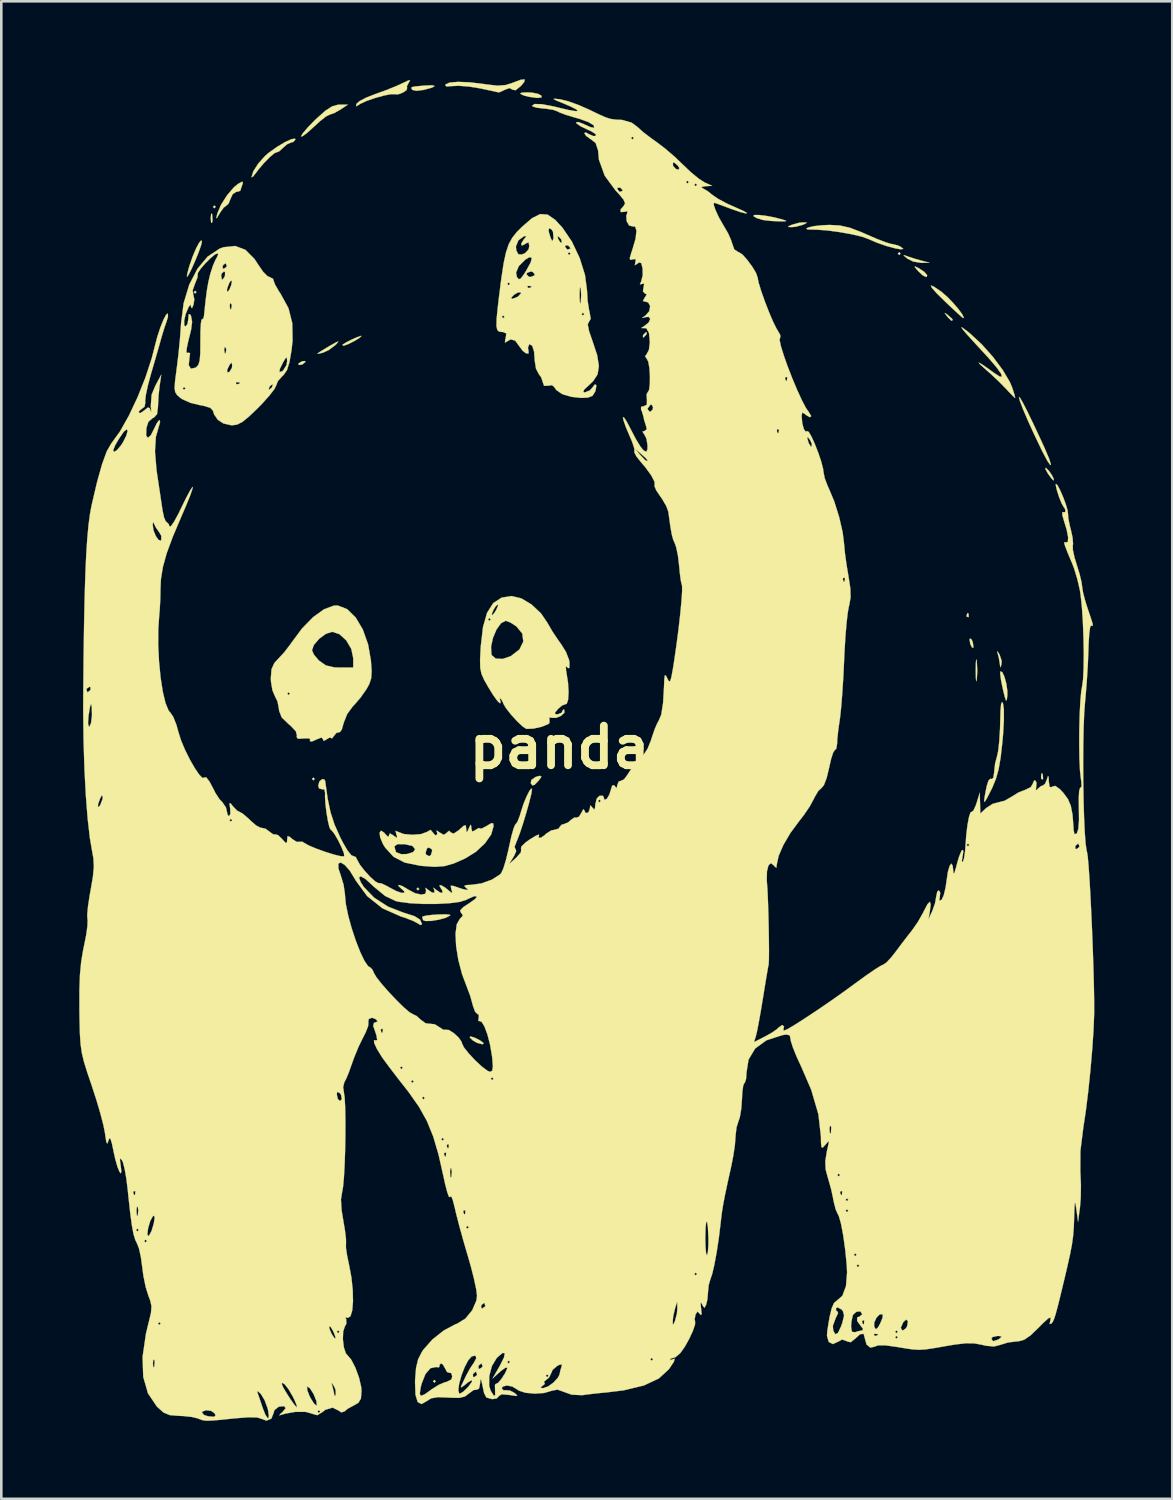
<source format=kicad_pcb>
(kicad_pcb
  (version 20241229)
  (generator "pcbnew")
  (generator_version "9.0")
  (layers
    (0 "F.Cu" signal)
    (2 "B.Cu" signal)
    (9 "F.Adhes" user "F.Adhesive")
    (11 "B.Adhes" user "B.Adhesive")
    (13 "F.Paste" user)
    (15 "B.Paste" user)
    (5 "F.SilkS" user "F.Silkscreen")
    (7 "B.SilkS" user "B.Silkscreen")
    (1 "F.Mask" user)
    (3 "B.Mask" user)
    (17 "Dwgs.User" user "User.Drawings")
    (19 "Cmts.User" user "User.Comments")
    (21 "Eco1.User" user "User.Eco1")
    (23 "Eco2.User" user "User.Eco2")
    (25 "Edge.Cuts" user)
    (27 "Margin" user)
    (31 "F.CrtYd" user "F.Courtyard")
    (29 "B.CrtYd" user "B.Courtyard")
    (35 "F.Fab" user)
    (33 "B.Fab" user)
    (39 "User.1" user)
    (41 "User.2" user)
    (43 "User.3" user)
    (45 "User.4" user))
  (footprint "panda"
    (layer "F.Cu")
    (at 18.48 25.706)
    (property "Reference" "panda" (at 0 0 0) (layer "F.SilkS") (effects (font (size 1.524 1.524) (thickness 0.3))))
    (attr through_hole)
    (fp_poly (pts (xy -13.97 -17.515) (xy -14.023 -17.462) (xy -14.076 -17.515) (xy -14.023 -17.568) (xy -13.97 -17.515)) (stroke (width 0.01) (type solid)) (fill yes) (layer "F.SilkS"))
    (fp_poly (pts (xy -13.229 -20.796) (xy -13.282 -20.743) (xy -13.335 -20.796) (xy -13.282 -20.849) (xy -13.229 -20.796)) (stroke (width 0.01) (type solid)) (fill yes) (layer "F.SilkS"))
    (fp_poly (pts (xy -9.419 1.217) (xy -9.472 1.27) (xy -9.525 1.217) (xy -9.472 1.164) (xy -9.419 1.217)) (stroke (width 0.01) (type solid)) (fill yes) (layer "F.SilkS"))
    (fp_poly (pts (xy -5.397 5.45) (xy -5.45 5.503) (xy -5.503 5.45) (xy -5.45 5.397) (xy -5.397 5.45)) (stroke (width 0.01) (type solid)) (fill yes) (layer "F.SilkS"))
    (fp_poly (pts (xy -4.763 24.395) (xy -4.815 24.448) (xy -4.868 24.395) (xy -4.815 24.342) (xy -4.763 24.395)) (stroke (width 0.01) (type solid)) (fill yes) (layer "F.SilkS"))
    (fp_poly (pts (xy 13.123 -18.997) (xy 13.07 -18.944) (xy 13.018 -18.997) (xy 13.07 -19.05) (xy 13.123 -18.997)) (stroke (width 0.01) (type solid)) (fill yes) (layer "F.SilkS"))
    (fp_poly (pts (xy 15.734 -5.151) (xy 15.747 -5.025) (xy 15.734 -5.009) (xy 15.671 -5.024) (xy 15.663 -5.08) (xy 15.702 -5.167) (xy 15.734 -5.151)) (stroke (width 0.01) (type solid)) (fill yes) (layer "F.SilkS"))
    (fp_poly (pts (xy 18.593 1.038) (xy 18.606 1.204) (xy 18.585 1.241) (xy 18.537 1.21) (xy 18.529 1.102) (xy 18.555 0.99) (xy 18.593 1.038)) (stroke (width 0.01) (type solid)) (fill yes) (layer "F.SilkS"))
    (fp_poly (pts (xy -9.79 -14.815) (xy -9.904 -14.728) (xy -10.025 -14.713) (xy -10.054 -14.752) (xy -9.971 -14.82) (xy -9.89 -14.857) (xy -9.781 -14.864) (xy -9.79 -14.815)) (stroke (width 0.01) (type solid)) (fill yes) (layer "F.SilkS"))
    (fp_poly (pts (xy 15.859 -4.147) (xy 15.905 -4.026) (xy 15.928 -3.84) (xy 15.877 -3.835) (xy 15.806 -3.973) (xy 15.778 -4.143) (xy 15.796 -4.189) (xy 15.859 -4.147)) (stroke (width 0.01) (type solid)) (fill yes) (layer "F.SilkS"))
    (fp_poly (pts (xy -13.373 -20.521) (xy -13.367 -20.503) (xy -13.352 -20.273) (xy -13.371 -20.186) (xy -13.406 -20.182) (xy -13.42 -20.348) (xy -13.42 -20.373) (xy -13.405 -20.537) (xy -13.373 -20.521)) (stroke (width 0.01) (type solid)) (fill yes) (layer "F.SilkS"))
    (fp_poly (pts (xy 3.353 -15.912) (xy 3.334 -15.875) (xy 3.234 -15.774) (xy 3.215 -15.769) (xy 3.208 -15.838) (xy 3.228 -15.875) (xy 3.328 -15.976) (xy 3.346 -15.981) (xy 3.353 -15.912)) (stroke (width 0.01) (type solid)) (fill yes) (layer "F.SilkS"))
    (fp_poly (pts (xy 14.872 -16.688) (xy 14.949 -16.629) (xy 15.096 -16.499) (xy 15.134 -16.444) (xy 15.083 -16.412) (xy 14.942 -16.548) (xy 14.909 -16.589) (xy 14.817 -16.715) (xy 14.872 -16.688)) (stroke (width 0.01) (type solid)) (fill yes) (layer "F.SilkS"))
    (fp_poly (pts (xy -3.253 11.178) (xy -3.069 11.271) (xy -2.918 11.381) (xy -2.959 11.426) (xy -2.97 11.426) (xy -3.18 11.369) (xy -3.34 11.275) (xy -3.46 11.157) (xy -3.42 11.125) (xy -3.253 11.178)) (stroke (width 0.01) (type solid)) (fill yes) (layer "F.SilkS"))
    (fp_poly (pts (xy -0.695 1.128) (xy -0.798 1.275) (xy -0.801 1.278) (xy -0.958 1.441) (xy -1.041 1.466) (xy -1.107 1.383) (xy -1.086 1.255) (xy -0.917 1.139) (xy -0.758 1.096) (xy -0.695 1.128)) (stroke (width 0.01) (type solid)) (fill yes) (layer "F.SilkS"))
    (fp_poly (pts (xy 13.388 -18.892) (xy 13.649 -18.806) (xy 13.917 -18.73) (xy 14.235 -18.648) (xy 13.917 -18.641) (xy 13.611 -18.692) (xy 13.388 -18.803) (xy 13.241 -18.925) (xy 13.26 -18.939) (xy 13.388 -18.892)) (stroke (width 0.01) (type solid)) (fill yes) (layer "F.SilkS"))
    (fp_poly (pts (xy 13.832 -18.43) (xy 14.037 -18.294) (xy 14.147 -18.168) (xy 14.125 -18.1) (xy 14.098 -18.098) (xy 13.965 -18.169) (xy 13.801 -18.325) (xy 13.667 -18.481) (xy 13.681 -18.505) (xy 13.832 -18.43)) (stroke (width 0.01) (type solid)) (fill yes) (layer "F.SilkS"))
    (fp_poly (pts (xy 9.517 -20.194) (xy 9.474 -20.156) (xy 9.366 -20.108) (xy 9.088 -20.031) (xy 8.943 -20.017) (xy 8.792 -20.023) (xy 8.835 -20.061) (xy 8.943 -20.108) (xy 9.221 -20.185) (xy 9.366 -20.199) (xy 9.517 -20.194)) (stroke (width 0.01) (type solid)) (fill yes) (layer "F.SilkS"))
    (fp_poly (pts (xy 16.055 -3.328) (xy 16.057 -3.307) (xy 16.075 -2.936) (xy 16.057 -2.619) (xy 16.037 -2.539) (xy 16.021 -2.648) (xy 16.015 -2.92) (xy 16.015 -2.963) (xy 16.02 -3.254) (xy 16.034 -3.384) (xy 16.055 -3.328)) (stroke (width 0.01) (type solid)) (fill yes) (layer "F.SilkS"))
    (fp_poly (pts (xy 16.881 -3.648) (xy 16.932 -3.569) (xy 17.012 -3.33) (xy 17.006 -3.198) (xy 16.966 -3.075) (xy 16.948 -3.157) (xy 16.946 -3.193) (xy 16.903 -3.45) (xy 16.872 -3.563) (xy 16.836 -3.697) (xy 16.881 -3.648)) (stroke (width 0.01) (type solid)) (fill yes) (layer "F.SilkS"))
    (fp_poly (pts (xy 18.721 -10.749) (xy 18.834 -10.636) (xy 18.95 -10.465) (xy 19.022 -10.317) (xy 19.013 -10.266) (xy 18.931 -10.344) (xy 18.793 -10.534) (xy 18.787 -10.543) (xy 18.695 -10.711) (xy 18.709 -10.755) (xy 18.721 -10.749)) (stroke (width 0.01) (type solid)) (fill yes) (layer "F.SilkS"))
    (fp_poly (pts (xy -8.56 -15.547) (xy -8.625 -15.479) (xy -8.883 -15.285) (xy -9.102 -15.185) (xy -9.277 -15.144) (xy -9.313 -15.156) (xy -9.197 -15.233) (xy -8.965 -15.374) (xy -8.837 -15.449) (xy -8.593 -15.587) (xy -8.508 -15.619) (xy -8.56 -15.547)) (stroke (width 0.01) (type solid)) (fill yes) (layer "F.SilkS"))
    (fp_poly (pts (xy -1.058 -25.191) (xy -0.829 -25.146) (xy -0.695 -25.074) (xy -0.689 -25.01) (xy -0.847 -24.987) (xy -0.852 -24.987) (xy -1.166 -25.03) (xy -1.376 -25.082) (xy -1.513 -25.149) (xy -1.459 -25.191) (xy -1.236 -25.201) (xy -1.058 -25.191)) (stroke (width 0.01) (type solid)) (fill yes) (layer "F.SilkS"))
    (fp_poly (pts (xy -7.62 -15.828) (xy -7.703 -15.75) (xy -7.899 -15.632) (xy -8.123 -15.519) (xy -8.295 -15.455) (xy -8.32 -15.452) (xy -8.355 -15.488) (xy -8.352 -15.491) (xy -8.215 -15.579) (xy -8 -15.688) (xy -7.783 -15.784) (xy -7.64 -15.832) (xy -7.62 -15.828)) (stroke (width 0.01) (type solid)) (fill yes) (layer "F.SilkS"))
    (fp_poly (pts (xy 7.949 -20.451) (xy 8.278 -20.388) (xy 8.572 -20.312) (xy 8.722 -20.26) (xy 8.69 -20.239) (xy 8.467 -20.238) (xy 8.126 -20.255) (xy 7.832 -20.29) (xy 7.587 -20.365) (xy 7.461 -20.44) (xy 7.488 -20.483) (xy 7.668 -20.484) (xy 7.949 -20.451)) (stroke (width 0.01) (type solid)) (fill yes) (layer "F.SilkS"))
    (fp_poly (pts (xy 17.037 -2.892) (xy 17.119 -2.715) (xy 17.19 -2.456) (xy 17.231 -2.179) (xy 17.232 -1.997) (xy 17.209 -1.821) (xy 17.179 -1.8) (xy 17.13 -1.949) (xy 17.056 -2.257) (xy 16.988 -2.592) (xy 16.956 -2.835) (xy 16.963 -2.922) (xy 17.037 -2.892)) (stroke (width 0.01) (type solid)) (fill yes) (layer "F.SilkS"))
    (fp_poly (pts (xy -4.803 -25.445) (xy -4.91 -25.384) (xy -5.217 -25.299) (xy -5.231 -25.296) (xy -5.499 -25.262) (xy -5.658 -25.294) (xy -5.669 -25.305) (xy -5.705 -25.37) (xy -5.677 -25.406) (xy -5.54 -25.431) (xy -5.244 -25.459) (xy -5.195 -25.463) (xy -4.897 -25.475) (xy -4.803 -25.445)) (stroke (width 0.01) (type solid)) (fill yes) (layer "F.SilkS"))
    (fp_poly (pts (xy -4.22 6.442) (xy -4.201 6.465) (xy -4.371 6.556) (xy -4.642 6.632) (xy -4.932 6.679) (xy -5.163 6.684) (xy -5.25 6.649) (xy -5.284 6.529) (xy -5.276 6.515) (xy -5.151 6.478) (xy -4.914 6.449) (xy -4.635 6.431) (xy -4.381 6.427) (xy -4.22 6.442)) (stroke (width 0.01) (type solid)) (fill yes) (layer "F.SilkS"))
    (fp_poly (pts (xy -13.759 -19.46) (xy -13.797 -19.301) (xy -13.893 -19.034) (xy -14.021 -18.718) (xy -14.155 -18.415) (xy -14.27 -18.188) (xy -14.338 -18.098) (xy -14.338 -18.098) (xy -14.331 -18.188) (xy -14.274 -18.415) (xy -14.235 -18.547) (xy -14.117 -18.885) (xy -13.99 -19.186) (xy -13.873 -19.407) (xy -13.789 -19.509) (xy -13.759 -19.46)) (stroke (width 0.01) (type solid)) (fill yes) (layer "F.SilkS"))
    (fp_poly (pts (xy 14.398 -17.73) (xy 14.663 -17.55) (xy 14.699 -17.524) (xy 14.911 -17.342) (xy 15.138 -17.109) (xy 15.346 -16.867) (xy 15.497 -16.661) (xy 15.556 -16.534) (xy 15.531 -16.514) (xy 15.448 -16.583) (xy 15.248 -16.765) (xy 14.969 -17.026) (xy 14.84 -17.149) (xy 14.509 -17.475) (xy 14.324 -17.685) (xy 14.286 -17.772) (xy 14.398 -17.73)) (stroke (width 0.01) (type solid)) (fill yes) (layer "F.SilkS"))
    (fp_poly (pts (xy 17.718 -13.451) (xy 17.834 -13.25) (xy 18.012 -12.903) (xy 18.24 -12.431) (xy 18.508 -11.858) (xy 18.673 -11.497) (xy 18.841 -11.1) (xy 18.908 -10.887) (xy 18.882 -10.861) (xy 18.77 -11.025) (xy 18.581 -11.38) (xy 18.545 -11.454) (xy 18.265 -12.039) (xy 18.024 -12.568) (xy 17.836 -13.008) (xy 17.715 -13.325) (xy 17.676 -13.48) (xy 17.718 -13.451)) (stroke (width 0.01) (type solid)) (fill yes) (layer "F.SilkS"))
    (fp_poly (pts (xy -8.438 -24.536) (xy -8.676 -24.402) (xy -8.849 -24.343) (xy -8.854 -24.342) (xy -8.989 -24.273) (xy -9.218 -24.092) (xy -9.462 -23.869) (xy -9.709 -23.645) (xy -9.884 -23.516) (xy -9.948 -23.508) (xy -9.877 -23.63) (xy -9.688 -23.851) (xy -9.419 -24.127) (xy -9.37 -24.174) (xy -9.019 -24.489) (xy -8.751 -24.664) (xy -8.521 -24.728) (xy -8.469 -24.73) (xy -8.145 -24.73) (xy -8.438 -24.536)) (stroke (width 0.01) (type solid)) (fill yes) (layer "F.SilkS"))
    (fp_poly (pts (xy -12.181 -21.725) (xy -12.208 -21.645) (xy -12.267 -21.471) (xy -12.277 -21.423) (xy -12.363 -21.383) (xy -12.433 -21.378) (xy -12.574 -21.288) (xy -12.657 -21.114) (xy -12.737 -20.916) (xy -12.814 -20.849) (xy -12.924 -20.767) (xy -13.066 -20.567) (xy -13.071 -20.558) (xy -13.182 -20.37) (xy -13.209 -20.36) (xy -13.171 -20.525) (xy -13.17 -20.532) (xy -13.027 -20.873) (xy -12.792 -21.243) (xy -12.526 -21.554) (xy -12.37 -21.68) (xy -12.209 -21.767) (xy -12.181 -21.725)) (stroke (width 0.01) (type solid)) (fill yes) (layer "F.SilkS"))
    (fp_poly (pts (xy -10.16 -23.392) (xy -10.244 -23.293) (xy -10.302 -23.283) (xy -10.475 -23.211) (xy -10.637 -23.071) (xy -10.791 -22.929) (xy -10.871 -22.901) (xy -10.967 -22.864) (xy -11.15 -22.71) (xy -11.37 -22.486) (xy -11.582 -22.238) (xy -11.667 -22.122) (xy -11.794 -21.962) (xy -11.852 -21.934) (xy -11.853 -21.939) (xy -11.78 -22.17) (xy -11.59 -22.465) (xy -11.333 -22.753) (xy -11.199 -22.87) (xy -10.871 -23.104) (xy -10.563 -23.288) (xy -10.316 -23.401) (xy -10.177 -23.42) (xy -10.16 -23.392)) (stroke (width 0.01) (type solid)) (fill yes) (layer "F.SilkS"))
    (fp_poly (pts (xy -5.748 -25.662) (xy -5.793 -25.592) (xy -5.875 -25.435) (xy -5.864 -25.372) (xy -5.888 -25.288) (xy -6.032 -25.191) (xy -6.212 -25.124) (xy -6.339 -25.129) (xy -6.49 -25.132) (xy -6.767 -25.077) (xy -7.101 -24.984) (xy -7.422 -24.873) (xy -7.662 -24.764) (xy -7.717 -24.728) (xy -7.825 -24.663) (xy -7.816 -24.757) (xy -7.697 -24.865) (xy -7.432 -25.003) (xy -7.082 -25.139) (xy -6.664 -25.29) (xy -6.27 -25.449) (xy -6.03 -25.56) (xy -5.808 -25.665) (xy -5.748 -25.662)) (stroke (width 0.01) (type solid)) (fill yes) (layer "F.SilkS"))
    (fp_poly (pts (xy -1.355 -25.606) (xy -1.483 -25.452) (xy -1.686 -25.285) (xy -1.804 -25.302) (xy -1.805 -25.304) (xy -1.924 -25.368) (xy -2.096 -25.305) (xy -2.278 -25.219) (xy -2.348 -25.201) (xy -2.46 -25.227) (xy -2.723 -25.285) (xy -3.069 -25.358) (xy -3.488 -25.426) (xy -3.878 -25.455) (xy -4.111 -25.445) (xy -4.354 -25.428) (xy -4.401 -25.491) (xy -4.396 -25.499) (xy -4.237 -25.577) (xy -3.908 -25.606) (xy -3.449 -25.588) (xy -2.896 -25.521) (xy -2.819 -25.509) (xy -2.392 -25.46) (xy -2.075 -25.483) (xy -1.827 -25.562) (xy -1.495 -25.686) (xy -1.34 -25.701) (xy -1.355 -25.606)) (stroke (width 0.01) (type solid)) (fill yes) (layer "F.SilkS"))
    (fp_poly (pts (xy 17.065 -1.683) (xy 17.098 -1.451) (xy 17.099 -1.046) (xy 17.068 -0.505) (xy 17.042 -0.212) (xy 16.974 0.39) (xy 16.896 0.843) (xy 16.793 1.211) (xy 16.651 1.555) (xy 16.609 1.64) (xy 16.448 1.957) (xy 16.361 2.097) (xy 16.336 2.073) (xy 16.357 1.905) (xy 16.435 1.501) (xy 16.506 1.278) (xy 16.58 1.208) (xy 16.623 1.222) (xy 16.691 1.175) (xy 16.722 0.98) (xy 16.722 0.966) (xy 16.761 0.621) (xy 16.831 0.361) (xy 16.881 0.13) (xy 16.922 -0.248) (xy 16.949 -0.708) (xy 16.955 -0.931) (xy 16.968 -1.396) (xy 16.991 -1.663) (xy 17.026 -1.745) (xy 17.065 -1.683)) (stroke (width 0.01) (type solid)) (fill yes) (layer "F.SilkS"))
    (fp_poly (pts (xy 10.783 -20.08) (xy 11.164 -19.995) (xy 11.613 -19.824) (xy 11.808 -19.738) (xy 12.202 -19.567) (xy 12.538 -19.437) (xy 12.757 -19.37) (xy 12.793 -19.366) (xy 13.033 -19.308) (xy 13.123 -19.262) (xy 13.229 -19.18) (xy 13.15 -19.164) (xy 13.123 -19.165) (xy 12.926 -19.198) (xy 12.63 -19.276) (xy 12.541 -19.303) (xy 12.213 -19.418) (xy 11.938 -19.535) (xy 11.895 -19.556) (xy 11.642 -19.647) (xy 11.246 -19.741) (xy 10.776 -19.825) (xy 10.301 -19.889) (xy 9.888 -19.919) (xy 9.79 -19.92) (xy 9.544 -19.927) (xy 9.493 -19.959) (xy 9.578 -20.005) (xy 9.8 -20.056) (xy 10.143 -20.091) (xy 10.392 -20.101) (xy 10.783 -20.08)) (stroke (width 0.01) (type solid)) (fill yes) (layer "F.SilkS"))
    (fp_poly (pts (xy 15.524 -16.136) (xy 15.693 -16.007) (xy 15.801 -15.92) (xy 16.248 -15.506) (xy 16.681 -15.019) (xy 17.056 -14.517) (xy 17.327 -14.058) (xy 17.408 -13.87) (xy 17.494 -13.609) (xy 17.532 -13.457) (xy 17.53 -13.441) (xy 17.449 -13.512) (xy 17.277 -13.69) (xy 17.19 -13.785) (xy 16.925 -14.056) (xy 16.591 -14.37) (xy 16.403 -14.536) (xy 16.185 -14.732) (xy 16.128 -14.805) (xy 16.223 -14.759) (xy 16.459 -14.597) (xy 16.711 -14.413) (xy 16.938 -14.266) (xy 17.027 -14.261) (xy 16.985 -14.384) (xy 16.817 -14.621) (xy 16.529 -14.959) (xy 16.434 -15.063) (xy 15.992 -15.542) (xy 15.687 -15.878) (xy 15.513 -16.083) (xy 15.461 -16.165) (xy 15.524 -16.136)) (stroke (width 0.01) (type solid)) (fill yes) (layer "F.SilkS"))
    (fp_poly (pts (xy -8.173 -5.317) (xy -7.845 -4.998) (xy -7.57 -4.535) (xy -7.366 -3.961) (xy -7.259 -3.352) (xy -7.229 -2.941) (xy -7.246 -2.661) (xy -7.32 -2.434) (xy -7.426 -2.241) (xy -7.655 -1.915) (xy -7.911 -1.618) (xy -7.951 -1.579) (xy -8.171 -1.281) (xy -8.308 -0.934) (xy -8.311 -0.919) (xy -8.378 -0.683) (xy -8.454 -0.582) (xy -8.472 -0.585) (xy -8.587 -0.552) (xy -8.669 -0.452) (xy -8.756 -0.34) (xy -8.781 -0.357) (xy -8.848 -0.377) (xy -8.943 -0.318) (xy -9.072 -0.244) (xy -9.102 -0.308) (xy -9.156 -0.378) (xy -9.306 -0.321) (xy -9.533 -0.222) (xy -9.612 -0.242) (xy -9.59 -0.298) (xy -9.64 -0.345) (xy -9.835 -0.341) (xy -9.849 -0.339) (xy -10.065 -0.329) (xy -10.117 -0.401) (xy -10.103 -0.448) (xy -10.146 -0.616) (xy -10.357 -0.839) (xy -10.42 -0.889) (xy -10.692 -1.151) (xy -10.792 -1.411) (xy -10.795 -1.467) (xy -10.852 -1.766) (xy -10.95 -1.964) (xy -10.992 -2.064) (xy -10.477 -2.064) (xy -10.425 -2.011) (xy -10.372 -2.064) (xy -10.425 -2.117) (xy -10.477 -2.064) (xy -10.992 -2.064) (xy -11.047 -2.195) (xy -11.103 -2.527) (xy -11.109 -2.654) (xy -11.082 -3.005) (xy -10.972 -3.247) (xy -10.835 -3.395) (xy -10.588 -3.662) (xy -10.531 -3.737) (xy -9.525 -3.737) (xy -9.453 -3.57) (xy -9.276 -3.358) (xy -9.245 -3.329) (xy -8.991 -3.152) (xy -8.679 -3.078) (xy -8.451 -3.069) (xy -7.938 -3.069) (xy -7.938 -3.431) (xy -8.013 -3.786) (xy -8.207 -4.115) (xy -8.47 -4.355) (xy -8.746 -4.445) (xy -8.989 -4.367) (xy -9.248 -4.177) (xy -9.451 -3.94) (xy -9.525 -3.737) (xy -10.531 -3.737) (xy -10.346 -3.979) (xy -10.318 -4.022) (xy -9.91 -4.571) (xy -9.483 -5.009) (xy -9.065 -5.31) (xy -8.687 -5.452) (xy -8.533 -5.457) (xy -8.173 -5.317)) (stroke (width 0.01) (type solid)) (fill yes) (layer "F.SilkS"))
    (fp_poly (pts (xy -2.55 2.931) (xy -2.54 3.042) (xy -2.63 3.354) (xy -2.872 3.698) (xy -3.22 4.022) (xy -3.623 4.272) (xy -4.064 4.468) (xy -4.429 4.572) (xy -4.806 4.599) (xy -5.286 4.564) (xy -5.378 4.554) (xy -5.959 4.434) (xy -6.387 4.212) (xy -6.708 3.861) (xy -6.722 3.838) (xy -6.35 3.838) (xy -6.291 4.035) (xy -6.094 4.112) (xy -5.878 4.106) (xy -5.741 4.067) (xy -5.155 4.067) (xy -5.133 4.128) (xy -5.016 4.19) (xy -4.95 4.146) (xy -4.899 3.976) (xy -4.921 3.916) (xy -5.038 3.853) (xy -5.104 3.897) (xy -5.155 4.067) (xy -5.741 4.067) (xy -5.635 4.036) (xy -5.556 3.921) (xy -5.657 3.797) (xy -5.95 3.729) (xy -5.953 3.729) (xy -6.232 3.726) (xy -6.344 3.799) (xy -6.35 3.838) (xy -6.722 3.838) (xy -6.797 3.716) (xy -6.902 3.465) (xy -6.922 3.281) (xy -6.867 3.207) (xy -6.748 3.284) (xy -6.704 3.338) (xy -6.594 3.446) (xy -6.562 3.394) (xy -6.531 3.311) (xy -6.408 3.38) (xy -6.383 3.4) (xy -6.256 3.488) (xy -6.255 3.416) (xy -6.28 3.345) (xy -6.311 3.212) (xy -6.228 3.245) (xy -6.22 3.251) (xy -5.993 3.336) (xy -5.664 3.366) (xy -5.335 3.34) (xy -5.105 3.258) (xy -5.097 3.252) (xy -4.96 3.176) (xy -4.895 3.254) (xy -4.788 3.377) (xy -4.747 3.387) (xy -4.698 3.318) (xy -4.724 3.254) (xy -4.729 3.198) (xy -4.616 3.274) (xy -4.455 3.368) (xy -4.354 3.304) (xy -4.344 3.289) (xy -4.249 3.21) (xy -4.182 3.277) (xy -4.073 3.32) (xy -3.882 3.193) (xy -3.852 3.165) (xy -3.679 3.013) (xy -3.608 3.004) (xy -3.591 3.13) (xy -3.578 3.27) (xy -3.535 3.219) (xy -3.493 3.122) (xy -3.422 2.978) (xy -3.398 3.026) (xy -3.394 3.109) (xy -3.362 3.242) (xy -3.249 3.192) (xy -3.228 3.175) (xy -3.1 3.101) (xy -3.069 3.121) (xy -2.994 3.126) (xy -2.813 3.031) (xy -2.805 3.026) (xy -2.619 2.916) (xy -2.55 2.931)) (stroke (width 0.01) (type solid)) (fill yes) (layer "F.SilkS"))
    (fp_poly (pts (xy -1.473 -5.732) (xy -1.077 -5.496) (xy -0.718 -5.16) (xy -0.476 -4.807) (xy -0.27 -4.452) (xy -0.019 -4.079) (xy 0.051 -3.986) (xy 0.247 -3.673) (xy 0.367 -3.362) (xy 0.384 -3.258) (xy 0.378 -3.056) (xy 0.326 -3.046) (xy 0.297 -3.082) (xy 0.241 -3.114) (xy 0.253 -2.949) (xy 0.27 -2.857) (xy 0.328 -2.476) (xy 0.348 -2.116) (xy 0.33 -1.831) (xy 0.278 -1.676) (xy 0.242 -1.663) (xy 0.095 -1.609) (xy -0.057 -1.477) (xy -0.179 -1.327) (xy -0.154 -1.275) (xy -0.069 -1.27) (xy 0.082 -1.331) (xy 0.106 -1.393) (xy 0.153 -1.459) (xy 0.185 -1.438) (xy 0.186 -1.328) (xy 0.056 -1.211) (xy -0.132 -1.133) (xy -0.292 -1.137) (xy -0.403 -1.145) (xy -0.386 -1.084) (xy -0.387 -0.935) (xy -0.425 -0.899) (xy -0.683 -0.792) (xy -1.003 -0.72) (xy -1.264 -0.71) (xy -1.283 -0.713) (xy -1.427 -0.808) (xy -1.64 -1.011) (xy -1.869 -1.263) (xy -2.061 -1.507) (xy -2.164 -1.682) (xy -2.17 -1.711) (xy -2.236 -1.839) (xy -2.266 -1.87) (xy -2.314 -1.885) (xy -2.286 -1.826) (xy -2.264 -1.711) (xy -2.296 -1.697) (xy -2.389 -1.784) (xy -2.55 -2.006) (xy -2.736 -2.306) (xy -2.902 -2.597) (xy -3.003 -2.826) (xy -3.051 -3.056) (xy -3.058 -3.354) (xy -3.037 -3.784) (xy -3.031 -3.873) (xy -2.635 -3.873) (xy -2.62 -3.583) (xy -2.608 -3.546) (xy -2.457 -3.415) (xy -2.192 -3.401) (xy -1.876 -3.507) (xy -1.872 -3.51) (xy -1.542 -3.767) (xy -1.394 -4.069) (xy -1.433 -4.378) (xy -1.655 -4.649) (xy -1.886 -4.801) (xy -2.066 -4.868) (xy -2.072 -4.868) (xy -2.253 -4.774) (xy -2.425 -4.533) (xy -2.561 -4.211) (xy -2.635 -3.873) (xy -3.031 -3.873) (xy -3.03 -3.889) (xy -2.945 -4.627) (xy -2.861 -4.921) (xy -2.752 -4.921) (xy -2.699 -4.868) (xy -2.646 -4.921) (xy -2.699 -4.974) (xy -2.752 -4.921) (xy -2.861 -4.921) (xy -2.802 -5.128) (xy -2.608 -5.128) (xy -2.6 -5.08) (xy -2.515 -5.161) (xy -2.434 -5.292) (xy -2.366 -5.455) (xy -2.374 -5.503) (xy -2.459 -5.422) (xy -2.54 -5.292) (xy -2.608 -5.128) (xy -2.802 -5.128) (xy -2.788 -5.177) (xy -2.551 -5.55) (xy -2.227 -5.76) (xy -1.844 -5.821) (xy -1.473 -5.732)) (stroke (width 0.01) (type solid)) (fill yes) (layer "F.SilkS"))
    (fp_poly (pts (xy -0.46 -20.498) (xy -0.168 -20.299) (xy 0.113 -19.994) (xy 0.477 -19.458) (xy 0.776 -18.825) (xy 0.98 -18.173) (xy 1.058 -17.582) (xy 1.058 -17.568) (xy 1.081 -17.184) (xy 1.137 -16.826) (xy 1.155 -16.753) (xy 1.2 -16.489) (xy 1.134 -16.375) (xy 1.129 -16.373) (xy 1.086 -16.269) (xy 1.138 -16.01) (xy 1.262 -15.652) (xy 1.447 -15.094) (xy 1.515 -14.673) (xy 1.464 -14.349) (xy 1.289 -14.083) (xy 1.156 -13.958) (xy 0.949 -13.766) (xy 0.914 -13.671) (xy 0.974 -13.655) (xy 1.171 -13.736) (xy 1.257 -13.837) (xy 1.366 -13.97) (xy 1.418 -13.928) (xy 1.389 -13.743) (xy 1.367 -13.679) (xy 1.269 -13.524) (xy 1.089 -13.456) (xy 0.824 -13.445) (xy 0.46 -13.486) (xy 0.134 -13.581) (xy 0.079 -13.607) (xy -0.125 -13.749) (xy -0.212 -13.873) (xy -0.212 -13.875) (xy -0.294 -13.936) (xy -0.423 -13.917) (xy -0.594 -13.909) (xy -0.635 -14.023) (xy -0.706 -14.238) (xy -0.794 -14.356) (xy -0.905 -14.569) (xy -0.952 -14.862) (xy -0.953 -14.868) (xy -0.979 -15.223) (xy -1.05 -15.45) (xy -1.151 -15.51) (xy -1.171 -15.501) (xy -1.216 -15.37) (xy -1.196 -15.275) (xy -1.191 -15.155) (xy -1.285 -15.157) (xy -1.422 -15.262) (xy -1.527 -15.405) (xy -1.708 -15.65) (xy -1.881 -15.697) (xy -1.996 -15.632) (xy -2.098 -15.57) (xy -2.094 -15.668) (xy -2.072 -15.744) (xy -2.048 -15.924) (xy -2.167 -15.979) (xy -2.215 -15.981) (xy -2.327 -15.996) (xy -2.397 -16.062) (xy -2.427 -16.214) (xy -2.421 -16.483) (xy -2.413 -16.563) (xy -2.223 -16.563) (xy -2.17 -16.51) (xy -2.117 -16.563) (xy -2.17 -16.616) (xy -2.223 -16.563) (xy -2.413 -16.563) (xy -2.403 -16.669) (xy 0.847 -16.669) (xy 0.9 -16.616) (xy 0.953 -16.669) (xy 0.9 -16.722) (xy 0.847 -16.669) (xy -2.403 -16.669) (xy -2.38 -16.902) (xy -2.334 -17.293) (xy -1.865 -17.293) (xy -1.817 -17.257) (xy -1.651 -17.317) (xy -1.591 -17.353) (xy -1.536 -17.41) (xy 0.771 -17.41) (xy 0.778 -17.159) (xy 0.797 -17.067) (xy 0.815 -17.117) (xy 0.834 -17.407) (xy 0.817 -17.646) (xy 0.793 -17.72) (xy 0.776 -17.605) (xy 0.771 -17.41) (xy -1.536 -17.41) (xy -1.486 -17.463) (xy -1.492 -17.509) (xy -1.609 -17.498) (xy -1.754 -17.412) (xy -1.865 -17.293) (xy -2.334 -17.293) (xy -2.326 -17.366) (xy -2.277 -17.745) (xy -1.235 -17.745) (xy -1.22 -17.682) (xy -1.164 -17.674) (xy -1.077 -17.713) (xy -1.094 -17.745) (xy -1.219 -17.757) (xy -1.235 -17.745) (xy -2.277 -17.745) (xy -2.266 -17.833) (xy -2.011 -17.833) (xy -1.958 -17.78) (xy -1.905 -17.833) (xy -1.958 -17.886) (xy -2.011 -17.833) (xy -2.266 -17.833) (xy -2.233 -18.089) (xy -2.206 -18.264) (xy -1.673 -18.264) (xy -1.641 -18.098) (xy -1.569 -18.011) (xy -1.492 -18.036) (xy -1.37 -18.203) (xy -1.369 -18.203) (xy -1.27 -18.203) (xy -1.184 -18.109) (xy -1.111 -18.098) (xy -0.97 -18.155) (xy -0.953 -18.203) (xy -1.038 -18.297) (xy -1.111 -18.309) (xy -1.252 -18.252) (xy -1.27 -18.203) (xy -1.369 -18.203) (xy -1.279 -18.348) (xy -1.107 -18.664) (xy -1.067 -18.838) (xy -1.157 -18.86) (xy -1.32 -18.764) (xy -1.567 -18.518) (xy -1.673 -18.264) (xy -2.206 -18.264) (xy -2.149 -18.638) (xy -2.059 -19.049) (xy -1.985 -19.268) (xy -1.679 -19.268) (xy -1.661 -19.117) (xy -1.584 -18.972) (xy -1.464 -18.962) (xy -1.364 -18.997) (xy 0.318 -18.997) (xy 0.37 -18.944) (xy 0.423 -18.997) (xy 0.37 -19.05) (xy 0.318 -18.997) (xy -1.364 -18.997) (xy -1.332 -19.008) (xy -1.193 -19.155) (xy -1.168 -19.268) (xy 0.212 -19.268) (xy 0.288 -19.16) (xy 0.318 -19.156) (xy 0.421 -19.192) (xy 0.423 -19.203) (xy 0.349 -19.293) (xy 0.318 -19.315) (xy 0.22 -19.306) (xy 0.212 -19.268) (xy -1.168 -19.268) (xy -1.164 -19.286) (xy -1.189 -19.431) (xy -1.294 -19.391) (xy -1.323 -19.367) (xy -1.451 -19.304) (xy -1.474 -19.376) (xy -1.385 -19.531) (xy -1.349 -19.571) (xy -1.273 -19.674) (xy -1.363 -19.667) (xy -1.368 -19.665) (xy -1.581 -19.511) (xy -1.679 -19.268) (xy -1.985 -19.268) (xy -1.954 -19.36) (xy -1.819 -19.607) (xy -1.644 -19.827) (xy -1.613 -19.858) (xy -0.42 -19.858) (xy -0.347 -19.614) (xy -0.283 -19.478) (xy -0.247 -19.541) (xy -0.231 -19.617) (xy -0.237 -19.674) (xy -0.076 -19.674) (xy -0.054 -19.568) (xy -0.046 -19.548) (xy 0.038 -19.419) (xy 0.085 -19.418) (xy 0.074 -19.53) (xy 0.013 -19.607) (xy -0.076 -19.674) (xy -0.237 -19.674) (xy -0.253 -19.84) (xy -0.308 -19.929) (xy -0.406 -19.975) (xy -0.42 -19.858) (xy -1.613 -19.858) (xy -1.445 -20.027) (xy -1.056 -20.362) (xy -0.742 -20.519) (xy -0.46 -20.498)) (stroke (width 0.01) (type solid)) (fill yes) (layer "F.SilkS"))
    (fp_poly (pts (xy -12.09 -19.145) (xy -11.741 -18.797) (xy -11.592 -18.57) (xy -11.407 -18.301) (xy -11.236 -18.13) (xy -11.161 -18.098) (xy -11.023 -18.028) (xy -11.007 -17.971) (xy -10.95 -17.814) (xy -10.807 -17.562) (xy -10.725 -17.437) (xy -10.43 -16.898) (xy -10.283 -16.319) (xy -10.272 -15.646) (xy -10.313 -15.279) (xy -10.392 -14.82) (xy -10.485 -14.522) (xy -10.611 -14.334) (xy -10.663 -14.287) (xy -10.837 -14.093) (xy -10.901 -13.929) (xy -10.972 -13.784) (xy -11.162 -13.537) (xy -11.438 -13.229) (xy -11.591 -13.072) (xy -11.942 -12.734) (xy -12.197 -12.526) (xy -12.398 -12.421) (xy -12.588 -12.391) (xy -12.623 -12.391) (xy -12.934 -12.462) (xy -13.15 -12.603) (xy -13.292 -12.811) (xy -13.335 -12.951) (xy -13.437 -13.063) (xy -13.728 -13.149) (xy -13.838 -13.166) (xy -14.201 -13.255) (xy -14.515 -13.394) (xy -14.598 -13.451) (xy -14.721 -13.561) (xy -14.79 -13.673) (xy -14.808 -13.811) (xy -14.499 -13.811) (xy -14.446 -13.758) (xy -14.439 -13.765) (xy -11.192 -13.765) (xy -11.178 -13.758) (xy -11.081 -13.833) (xy -11.06 -13.864) (xy -11.033 -13.963) (xy -11.047 -13.97) (xy -11.144 -13.895) (xy -11.165 -13.864) (xy -11.192 -13.765) (xy -14.439 -13.765) (xy -14.393 -13.811) (xy -14.446 -13.864) (xy -14.499 -13.811) (xy -14.808 -13.811) (xy -14.812 -13.838) (xy -14.797 -14.041) (xy -12.453 -14.041) (xy -12.439 -13.978) (xy -12.383 -13.97) (xy -12.295 -14.009) (xy -12.312 -14.041) (xy -12.438 -14.053) (xy -12.453 -14.041) (xy -14.797 -14.041) (xy -14.792 -14.107) (xy -14.738 -14.517) (xy -12.793 -14.517) (xy -12.778 -14.424) (xy -12.737 -14.436) (xy -10.775 -14.436) (xy -10.67 -14.473) (xy -10.636 -14.499) (xy -10.506 -14.708) (xy -10.481 -14.856) (xy -10.493 -14.999) (xy -10.543 -14.972) (xy -10.636 -14.817) (xy -10.764 -14.556) (xy -10.775 -14.436) (xy -12.737 -14.436) (xy -12.7 -14.446) (xy -12.608 -14.597) (xy -12.596 -14.691) (xy -12.613 -14.809) (xy -12.686 -14.732) (xy -12.7 -14.711) (xy -12.793 -14.517) (xy -14.738 -14.517) (xy -14.737 -14.529) (xy -14.729 -14.585) (xy -14.662 -15.137) (xy -14.604 -15.735) (xy -14.567 -16.256) (xy -14.565 -16.298) (xy -14.548 -16.425) (xy -14.442 -16.425) (xy -14.441 -16.241) (xy -14.395 -16.192) (xy -14.316 -16.284) (xy -14.284 -16.484) (xy -14.269 -16.668) (xy -14.218 -16.661) (xy -14.182 -16.606) (xy -14.137 -16.371) (xy -14.175 -16.077) (xy -14.287 -15.624) (xy -14.346 -15.344) (xy -14.356 -15.203) (xy -14.322 -15.171) (xy -14.287 -15.187) (xy -14.217 -15.168) (xy -14.24 -14.99) (xy -14.268 -14.705) (xy -14.185 -14.57) (xy -14.005 -14.608) (xy -13.992 -14.616) (xy -13.9 -14.711) (xy -13.846 -14.885) (xy -13.822 -15.182) (xy -13.822 -15.302) (xy -12.903 -15.302) (xy -12.884 -15.164) (xy -12.848 -15.163) (xy -12.822 -15.304) (xy -12.839 -15.366) (xy -12.886 -15.406) (xy -12.903 -15.302) (xy -13.822 -15.302) (xy -13.82 -15.615) (xy -13.817 -16.011) (xy -13.801 -16.306) (xy -13.775 -16.453) (xy -13.763 -16.46) (xy -13.7 -16.51) (xy -13.681 -16.597) (xy -13.64 -16.995) (xy -12.692 -16.995) (xy -12.672 -16.858) (xy -12.636 -16.856) (xy -12.611 -16.998) (xy -12.628 -17.059) (xy -12.675 -17.099) (xy -12.692 -16.995) (xy -13.64 -16.995) (xy -13.623 -17.16) (xy -13.571 -17.568) (xy -12.797 -17.568) (xy -12.764 -17.528) (xy -12.698 -17.623) (xy -12.633 -17.788) (xy -12.603 -17.939) (xy -12.642 -17.958) (xy -12.7 -17.886) (xy -12.788 -17.66) (xy -12.797 -17.568) (xy -13.571 -17.568) (xy -13.571 -17.572) (xy -13.515 -17.892) (xy -13.455 -18.15) (xy -13.018 -18.15) (xy -12.995 -18.009) (xy -12.976 -17.992) (xy -12.908 -18.074) (xy -12.873 -18.15) (xy -12.871 -18.287) (xy -12.915 -18.309) (xy -13.006 -18.223) (xy -13.018 -18.15) (xy -13.455 -18.15) (xy -13.448 -18.179) (xy -13.439 -18.213) (xy -13.341 -18.521) (xy -12.965 -18.521) (xy -12.956 -18.423) (xy -12.918 -18.415) (xy -12.81 -18.492) (xy -12.806 -18.521) (xy -12.842 -18.624) (xy -12.853 -18.627) (xy -12.943 -18.553) (xy -12.965 -18.521) (xy -13.341 -18.521) (xy -13.339 -18.527) (xy -13.237 -18.763) (xy -13.204 -18.814) (xy -13.136 -18.96) (xy -13.15 -19.006) (xy -13.248 -18.973) (xy -13.425 -18.827) (xy -13.63 -18.624) (xy -13.81 -18.415) (xy -13.915 -18.256) (xy -13.92 -18.208) (xy -13.933 -18.073) (xy -14.025 -17.847) (xy -14.029 -17.838) (xy -14.116 -17.583) (xy -14.094 -17.422) (xy -14.053 -17.239) (xy -14.082 -17.039) (xy -14.142 -16.899) (xy -14.174 -16.933) (xy -14.198 -17.039) (xy -14.265 -16.953) (xy -14.276 -16.933) (xy -14.383 -16.68) (xy -14.442 -16.425) (xy -14.548 -16.425) (xy -14.464 -17.088) (xy -14.248 -17.802) (xy -13.934 -18.411) (xy -13.539 -18.883) (xy -13.081 -19.188) (xy -12.931 -19.243) (xy -12.483 -19.292) (xy -12.09 -19.145)) (stroke (width 0.01) (type solid)) (fill yes) (layer "F.SilkS"))
    (fp_poly (pts (xy 0.03 -24.934) (xy 0.328 -24.861) (xy 0.727 -24.718) (xy 1.14 -24.537) (xy 1.141 -24.536) (xy 1.525 -24.351) (xy 1.781 -24.238) (xy 1.973 -24.179) (xy 2.163 -24.153) (xy 2.403 -24.142) (xy 2.775 -24.037) (xy 2.986 -23.881) (xy 3.216 -23.676) (xy 3.535 -23.431) (xy 3.717 -23.303) (xy 4.053 -23.049) (xy 4.44 -22.716) (xy 4.749 -22.42) (xy 5.061 -22.124) (xy 5.36 -21.879) (xy 5.581 -21.737) (xy 5.583 -21.736) (xy 5.874 -21.607) (xy 5.609 -21.59) (xy 5.456 -21.562) (xy 5.503 -21.515) (xy 5.698 -21.403) (xy 5.888 -21.252) (xy 6.107 -21.102) (xy 6.443 -20.923) (xy 6.734 -20.792) (xy 7.068 -20.644) (xy 7.211 -20.56) (xy 7.176 -20.541) (xy 6.974 -20.591) (xy 6.618 -20.713) (xy 6.536 -20.743) (xy 6.227 -20.859) (xy 6.011 -20.936) (xy 5.946 -20.955) (xy 5.934 -20.873) (xy 6.005 -20.665) (xy 6.133 -20.389) (xy 6.297 -20.101) (xy 6.315 -20.072) (xy 6.485 -19.779) (xy 6.598 -19.527) (xy 6.617 -19.463) (xy 6.723 -19.16) (xy 6.893 -19.047) (xy 6.912 -19.046) (xy 7.039 -18.962) (xy 7.221 -18.759) (xy 7.411 -18.502) (xy 7.56 -18.256) (xy 7.62 -18.087) (xy 7.659 -17.886) (xy 7.762 -17.551) (xy 7.906 -17.145) (xy 8.068 -16.728) (xy 8.225 -16.361) (xy 8.354 -16.104) (xy 8.382 -16.06) (xy 8.493 -15.867) (xy 8.499 -15.772) (xy 8.488 -15.769) (xy 8.467 -15.68) (xy 8.518 -15.438) (xy 8.627 -15.085) (xy 8.777 -14.66) (xy 8.954 -14.204) (xy 9.141 -13.758) (xy 9.323 -13.361) (xy 9.485 -13.053) (xy 9.597 -12.891) (xy 9.686 -12.742) (xy 9.631 -12.702) (xy 9.481 -12.789) (xy 9.44 -12.827) (xy 9.341 -12.885) (xy 9.315 -12.755) (xy 9.315 -12.748) (xy 9.341 -12.465) (xy 9.401 -12.245) (xy 9.475 -12.143) (xy 9.524 -12.17) (xy 9.589 -12.137) (xy 9.697 -11.953) (xy 9.826 -11.668) (xy 9.956 -11.333) (xy 10.069 -10.999) (xy 10.142 -10.716) (xy 10.16 -10.573) (xy 10.207 -10.346) (xy 10.322 -10.046) (xy 10.358 -9.971) (xy 10.571 -9.463) (xy 10.759 -8.864) (xy 10.895 -8.269) (xy 10.949 -7.832) (xy 10.982 -7.476) (xy 11.045 -7.018) (xy 11.116 -6.597) (xy 11.19 -6.119) (xy 11.2 -5.767) (xy 11.147 -5.466) (xy 11.137 -5.433) (xy 11.091 -5.185) (xy 11.044 -4.775) (xy 11 -4.249) (xy 10.965 -3.658) (xy 10.952 -3.373) (xy 10.922 -2.738) (xy 10.883 -2.118) (xy 10.84 -1.571) (xy 10.796 -1.156) (xy 10.78 -1.044) (xy 10.724 -0.651) (xy 10.688 -0.313) (xy 10.68 -0.132) (xy 10.65 0.053) (xy 10.594 0.106) (xy 10.529 0.201) (xy 10.449 0.452) (xy 10.37 0.802) (xy 10.278 1.184) (xy 10.174 1.454) (xy 10.09 1.556) (xy 9.953 1.685) (xy 9.81 1.929) (xy 9.787 1.981) (xy 9.632 2.268) (xy 9.394 2.618) (xy 9.209 2.856) (xy 8.885 3.294) (xy 8.615 3.754) (xy 8.431 4.177) (xy 8.362 4.498) (xy 8.342 4.637) (xy 8.274 4.581) (xy 8.253 4.551) (xy 8.134 4.458) (xy 8.039 4.543) (xy 7.982 4.774) (xy 7.974 5.117) (xy 7.984 5.239) (xy 8.003 5.508) (xy 8.02 5.905) (xy 8.036 6.383) (xy 8.048 6.895) (xy 8.056 7.394) (xy 8.06 7.834) (xy 8.057 8.166) (xy 8.048 8.346) (xy 8.045 8.361) (xy 8.021 8.48) (xy 7.972 8.765) (xy 7.904 9.173) (xy 7.83 9.631) (xy 7.746 10.139) (xy 7.666 10.589) (xy 7.599 10.93) (xy 7.56 11.096) (xy 7.484 11.344) (xy 7.915 11.124) (xy 8.19 10.969) (xy 8.378 10.835) (xy 8.413 10.797) (xy 8.553 10.693) (xy 8.585 10.689) (xy 8.642 10.754) (xy 8.625 10.795) (xy 8.615 10.893) (xy 8.639 10.901) (xy 8.773 10.843) (xy 9.046 10.682) (xy 9.424 10.441) (xy 9.876 10.142) (xy 10.367 9.807) (xy 10.865 9.457) (xy 11.337 9.114) (xy 11.386 9.077) (xy 11.78 8.791) (xy 12.116 8.559) (xy 12.357 8.408) (xy 12.459 8.361) (xy 12.577 8.282) (xy 12.767 8.078) (xy 12.926 7.876) (xy 13.184 7.531) (xy 13.442 7.196) (xy 13.554 7.056) (xy 13.788 6.721) (xy 13.994 6.355) (xy 14.008 6.324) (xy 14.159 6.035) (xy 14.252 5.942) (xy 14.281 6.046) (xy 14.255 6.271) (xy 14.196 6.615) (xy 14.343 6.297) (xy 14.45 5.997) (xy 14.494 5.741) (xy 14.534 5.555) (xy 14.595 5.503) (xy 14.648 5.589) (xy 14.634 5.741) (xy 14.614 5.899) (xy 14.683 5.879) (xy 14.703 5.862) (xy 14.782 5.698) (xy 14.855 5.398) (xy 14.891 5.145) (xy 14.944 4.792) (xy 15.011 4.561) (xy 15.077 4.474) (xy 15.128 4.555) (xy 15.147 4.73) (xy 15.164 4.865) (xy 15.201 4.819) (xy 15.268 4.58) (xy 15.279 4.533) (xy 15.368 4.223) (xy 15.458 4.002) (xy 15.493 3.95) (xy 15.539 3.972) (xy 15.516 4.156) (xy 15.511 4.18) (xy 15.481 4.374) (xy 15.508 4.423) (xy 15.515 4.417) (xy 15.566 4.272) (xy 15.606 3.993) (xy 15.619 3.817) (xy 15.623 3.757) (xy 15.663 3.757) (xy 15.716 3.81) (xy 19.844 3.81) (xy 19.852 3.908) (xy 19.89 3.916) (xy 19.998 3.839) (xy 20.003 3.81) (xy 19.966 3.707) (xy 19.956 3.704) (xy 19.865 3.778) (xy 19.844 3.81) (xy 15.716 3.81) (xy 15.769 3.757) (xy 15.716 3.704) (xy 15.663 3.757) (xy 15.623 3.757) (xy 15.65 3.375) (xy 15.699 2.979) (xy 15.757 2.673) (xy 15.816 2.501) (xy 15.855 2.485) (xy 15.923 2.438) (xy 16.014 2.241) (xy 16.046 2.148) (xy 16.17 1.746) (xy 16.181 2.147) (xy 16.192 2.548) (xy 16.424 2.332) (xy 16.669 2.174) (xy 16.886 2.117) (xy 17.134 2.053) (xy 17.377 1.912) (xy 17.665 1.735) (xy 17.921 1.636) (xy 18.128 1.536) (xy 18.203 1.417) (xy 18.259 1.284) (xy 18.299 1.27) (xy 18.354 1.356) (xy 18.343 1.508) (xy 18.325 1.656) (xy 18.384 1.615) (xy 18.391 1.605) (xy 18.529 1.489) (xy 18.586 1.479) (xy 18.682 1.403) (xy 18.748 1.25) (xy 18.797 1.103) (xy 18.819 1.143) (xy 18.828 1.318) (xy 18.856 1.521) (xy 18.929 1.536) (xy 18.956 1.512) (xy 19.076 1.483) (xy 19.254 1.611) (xy 19.385 1.75) (xy 19.56 1.986) (xy 19.673 2.248) (xy 19.74 2.597) (xy 19.777 3.09) (xy 19.78 3.17) (xy 19.814 3.341) (xy 19.9 3.32) (xy 19.905 3.315) (xy 19.961 3.147) (xy 19.989 2.809) (xy 19.984 2.351) (xy 19.979 1.958) (xy 19.995 1.68) (xy 20.031 1.559) (xy 20.044 1.56) (xy 20.087 1.508) (xy 20.076 1.302) (xy 20.062 1.214) (xy 20.027 0.9) (xy 20.005 0.441) (xy 19.997 -0.111) (xy 20 -0.701) (xy 20.015 -1.276) (xy 20.041 -1.781) (xy 20.076 -2.164) (xy 20.105 -2.323) (xy 20.144 -2.603) (xy 20.166 -3.044) (xy 20.172 -3.593) (xy 20.162 -4.199) (xy 20.138 -4.812) (xy 20.101 -5.38) (xy 20.052 -5.852) (xy 20.023 -6.043) (xy 19.926 -6.465) (xy 19.802 -6.876) (xy 19.737 -7.048) (xy 19.558 -7.474) (xy 19.455 -7.737) (xy 19.419 -7.869) (xy 19.439 -7.9) (xy 19.474 -7.884) (xy 19.559 -7.902) (xy 19.571 -8.08) (xy 19.513 -8.381) (xy 19.424 -8.669) (xy 19.352 -8.917) (xy 19.346 -9.044) (xy 19.371 -9.047) (xy 19.461 -9.049) (xy 19.459 -9.158) (xy 19.401 -9.245) (xy 19.32 -9.385) (xy 19.224 -9.626) (xy 19.14 -9.885) (xy 19.095 -10.082) (xy 19.099 -10.138) (xy 19.162 -10.083) (xy 19.265 -9.889) (xy 19.382 -9.62) (xy 19.486 -9.337) (xy 19.553 -9.103) (xy 19.564 -9.002) (xy 19.579 -8.803) (xy 19.641 -8.5) (xy 19.674 -8.376) (xy 19.742 -8.065) (xy 19.76 -7.826) (xy 19.75 -7.771) (xy 19.752 -7.599) (xy 19.817 -7.301) (xy 19.901 -7.025) (xy 20.014 -6.659) (xy 20.089 -6.343) (xy 20.108 -6.191) (xy 20.142 -5.968) (xy 20.229 -5.631) (xy 20.32 -5.345) (xy 20.446 -4.973) (xy 20.51 -4.763) (xy 20.52 -4.677) (xy 20.483 -4.676) (xy 20.452 -4.693) (xy 20.416 -4.617) (xy 20.383 -4.374) (xy 20.36 -4.006) (xy 20.352 -3.773) (xy 20.33 -3.203) (xy 20.289 -2.541) (xy 20.238 -1.908) (xy 20.222 -1.746) (xy 20.189 -1.311) (xy 20.167 -0.749) (xy 20.154 -0.096) (xy 20.149 0.612) (xy 20.153 1.339) (xy 20.165 2.047) (xy 20.184 2.701) (xy 20.21 3.265) (xy 20.243 3.701) (xy 20.282 3.974) (xy 20.296 4.022) (xy 20.323 4.187) (xy 20.355 4.531) (xy 20.389 5.02) (xy 20.424 5.622) (xy 20.458 6.303) (xy 20.491 7.031) (xy 20.52 7.772) (xy 20.544 8.494) (xy 20.562 9.162) (xy 20.572 9.745) (xy 20.573 10.209) (xy 20.572 10.266) (xy 20.548 10.878) (xy 20.497 11.63) (xy 20.426 12.45) (xy 20.341 13.268) (xy 20.248 14.015) (xy 20.157 14.612) (xy 20.043 15.527) (xy 20.039 16.328) (xy 20.042 16.36) (xy 20.063 16.845) (xy 20.055 17.345) (xy 20.028 17.683) (xy 19.953 18.256) (xy 19.888 17.78) (xy 19.855 17.567) (xy 19.833 17.517) (xy 19.818 17.645) (xy 19.806 17.966) (xy 19.802 18.098) (xy 19.788 18.477) (xy 19.762 18.805) (xy 19.716 19.138) (xy 19.64 19.531) (xy 19.526 20.04) (xy 19.435 20.426) (xy 19.286 21.047) (xy 19.176 21.493) (xy 19.094 21.796) (xy 19.033 21.988) (xy 18.982 22.101) (xy 18.932 22.167) (xy 18.926 22.172) (xy 18.859 22.194) (xy 18.888 22.034) (xy 18.89 22.029) (xy 18.894 21.935) (xy 18.801 21.978) (xy 18.594 22.168) (xy 18.445 22.32) (xy 18.126 22.627) (xy 17.882 22.795) (xy 17.66 22.857) (xy 17.593 22.86) (xy 17.253 22.902) (xy 16.984 22.986) (xy 16.717 23.057) (xy 16.393 23.025) (xy 16.258 22.991) (xy 15.961 22.936) (xy 15.633 22.932) (xy 15.204 22.982) (xy 14.915 23.031) (xy 14.435 23.115) (xy 14.097 23.166) (xy 13.836 23.183) (xy 13.586 23.168) (xy 13.28 23.123) (xy 12.986 23.073) (xy 12.532 23.01) (xy 12.25 23.013) (xy 12.132 23.06) (xy 11.961 23.1) (xy 11.814 22.979) (xy 11.748 22.746) (xy 11.748 22.733) (xy 11.738 22.701) (xy 12.912 22.701) (xy 12.965 22.754) (xy 16.616 22.754) (xy 16.682 22.853) (xy 16.875 22.79) (xy 16.933 22.754) (xy 17.016 22.677) (xy 16.911 22.651) (xy 16.854 22.65) (xy 16.668 22.689) (xy 16.616 22.754) (xy 12.965 22.754) (xy 13.018 22.701) (xy 12.965 22.648) (xy 12.912 22.701) (xy 11.738 22.701) (xy 11.703 22.578) (xy 12.1 22.578) (xy 12.115 22.641) (xy 12.171 22.648) (xy 12.258 22.61) (xy 12.241 22.578) (xy 12.116 22.565) (xy 12.1 22.578) (xy 11.703 22.578) (xy 11.7 22.566) (xy 11.562 22.586) (xy 11.377 22.754) (xy 11.203 22.892) (xy 11.058 22.858) (xy 11.044 22.847) (xy 10.872 22.787) (xy 10.743 22.859) (xy 10.52 22.962) (xy 10.36 22.882) (xy 10.291 22.645) (xy 10.302 22.462) (xy 10.335 22.261) (xy 10.517 22.261) (xy 10.532 22.442) (xy 10.615 22.586) (xy 10.714 22.532) (xy 10.825 22.298) (xy 11.218 22.298) (xy 11.251 22.488) (xy 11.369 22.507) (xy 11.386 22.501) (xy 11.427 22.49) (xy 12.912 22.49) (xy 12.965 22.543) (xy 13.018 22.49) (xy 12.965 22.437) (xy 12.912 22.49) (xy 11.427 22.49) (xy 11.592 22.444) (xy 11.658 22.437) (xy 11.678 22.377) (xy 11.612 22.29) (xy 12.108 22.29) (xy 12.17 22.393) (xy 12.241 22.339) (xy 13.13 22.339) (xy 13.189 22.434) (xy 13.218 22.437) (xy 13.331 22.352) (xy 13.379 22.263) (xy 13.406 22.077) (xy 13.336 22.02) (xy 13.225 22.122) (xy 13.13 22.339) (xy 12.241 22.339) (xy 12.247 22.334) (xy 12.336 22.177) (xy 12.428 21.954) (xy 12.438 21.822) (xy 12.435 21.819) (xy 12.322 21.818) (xy 12.197 21.946) (xy 12.11 22.131) (xy 12.108 22.29) (xy 11.612 22.29) (xy 11.596 22.27) (xy 11.486 22.119) (xy 11.642 22.119) (xy 11.68 22.206) (xy 11.712 22.19) (xy 11.725 22.064) (xy 11.712 22.049) (xy 11.649 22.063) (xy 11.642 22.119) (xy 11.486 22.119) (xy 11.453 22.074) (xy 11.451 21.939) (xy 11.536 21.907) (xy 11.639 21.827) (xy 11.642 21.802) (xy 11.573 21.704) (xy 11.428 21.718) (xy 11.299 21.829) (xy 11.283 21.863) (xy 11.232 22.1) (xy 11.218 22.298) (xy 10.825 22.298) (xy 10.835 22.277) (xy 10.884 22.136) (xy 10.949 21.865) (xy 10.905 21.695) (xy 10.853 21.632) (xy 10.699 21.549) (xy 10.637 21.589) (xy 10.646 21.687) (xy 10.685 21.696) (xy 10.72 21.769) (xy 10.63 21.955) (xy 10.517 22.261) (xy 10.335 22.261) (xy 10.389 21.931) (xy 10.473 21.581) (xy 10.563 21.381) (xy 10.653 21.304) (xy 10.883 21.106) (xy 11.022 20.733) (xy 11.065 20.206) (xy 11.053 19.95) (xy 11.43 19.95) (xy 11.483 20.003) (xy 11.536 19.95) (xy 11.483 19.897) (xy 11.43 19.95) (xy 11.053 19.95) (xy 11.052 19.931) (xy 11.012 19.526) (xy 11.324 19.526) (xy 11.377 19.579) (xy 11.43 19.526) (xy 11.377 19.473) (xy 11.324 19.526) (xy 11.012 19.526) (xy 10.991 19.32) (xy 10.915 18.773) (xy 10.831 18.331) (xy 10.747 18.036) (xy 10.702 17.951) (xy 10.65 17.833) (xy 11.007 17.833) (xy 11.06 17.886) (xy 11.113 17.833) (xy 11.06 17.78) (xy 11.007 17.833) (xy 10.65 17.833) (xy 10.625 17.777) (xy 10.552 17.49) (xy 10.538 17.41) (xy 11.007 17.41) (xy 11.06 17.462) (xy 11.113 17.41) (xy 11.06 17.357) (xy 11.007 17.41) (xy 10.538 17.41) (xy 10.536 17.401) (xy 10.482 17.145) (xy 10.795 17.145) (xy 10.834 17.232) (xy 10.866 17.216) (xy 10.878 17.09) (xy 10.866 17.074) (xy 10.803 17.089) (xy 10.795 17.145) (xy 10.482 17.145) (xy 10.451 17.001) (xy 10.339 16.604) (xy 10.328 16.571) (xy 10.297 16.457) (xy 10.689 16.457) (xy 10.742 16.51) (xy 10.795 16.457) (xy 10.742 16.404) (xy 10.689 16.457) (xy 10.297 16.457) (xy 10.239 16.239) (xy 10.226 15.924) (xy 10.29 15.532) (xy 10.321 15.399) (xy 10.365 15.19) (xy 10.339 15.164) (xy 10.229 15.293) (xy 10.13 15.402) (xy 10.08 15.386) (xy 10.061 15.213) (xy 10.058 14.971) (xy 10.028 14.711) (xy 10.388 14.711) (xy 10.405 14.861) (xy 10.442 14.843) (xy 10.456 14.626) (xy 10.442 14.579) (xy 10.403 14.565) (xy 10.388 14.711) (xy 10.028 14.711) (xy 9.961 14.12) (xy 9.685 13.177) (xy 9.312 12.313) (xy 9.123 11.904) (xy 8.978 11.544) (xy 8.898 11.292) (xy 8.89 11.231) (xy 8.86 11.084) (xy 8.729 11.051) (xy 8.567 11.077) (xy 7.961 11.274) (xy 7.529 11.588) (xy 7.273 12.015) (xy 7.197 12.5) (xy 7.178 12.761) (xy 7.132 12.903) (xy 7.116 12.912) (xy 7.07 13.008) (xy 7.035 13.257) (xy 7.02 13.534) (xy 6.993 13.913) (xy 6.938 14.233) (xy 6.89 14.374) (xy 6.811 14.625) (xy 6.772 14.953) (xy 6.771 14.995) (xy 6.747 15.309) (xy 6.684 15.733) (xy 6.603 16.14) (xy 6.464 16.766) (xy 6.365 17.236) (xy 6.295 17.601) (xy 6.246 17.911) (xy 6.209 18.215) (xy 6.198 18.315) (xy 6.131 18.871) (xy 6.049 19.414) (xy 5.961 19.894) (xy 5.876 20.261) (xy 5.811 20.451) (xy 5.739 20.693) (xy 5.715 20.945) (xy 5.691 21.24) (xy 5.644 21.441) (xy 5.58 21.566) (xy 5.518 21.501) (xy 5.483 21.424) (xy 5.433 21.349) (xy 5.433 21.475) (xy 5.448 21.59) (xy 5.468 21.814) (xy 5.431 21.842) (xy 5.403 21.805) (xy 5.312 21.71) (xy 5.242 21.809) (xy 5.231 21.836) (xy 5.197 22.018) (xy 5.216 22.079) (xy 5.215 22.209) (xy 5.131 22.456) (xy 4.991 22.759) (xy 4.826 23.057) (xy 4.665 23.287) (xy 4.619 23.336) (xy 4.456 23.47) (xy 4.377 23.495) (xy 4.303 23.506) (xy 4.269 23.538) (xy 4.254 23.586) (xy 4.313 23.559) (xy 4.431 23.524) (xy 4.402 23.64) (xy 4.224 23.908) (xy 4.207 23.932) (xy 3.82 24.287) (xy 3.244 24.556) (xy 2.477 24.741) (xy 1.852 24.818) (xy 1.44 24.858) (xy 1.061 24.902) (xy 0.876 24.929) (xy 0.466 24.91) (xy 0.214 24.819) (xy -0.077 24.715) (xy -0.304 24.758) (xy -0.311 24.762) (xy -0.594 24.845) (xy -0.957 24.869) (xy -1.312 24.836) (xy -1.575 24.75) (xy -1.625 24.712) (xy -1.751 24.636) (xy -0.738 24.636) (xy -0.654 24.657) (xy -0.628 24.658) (xy -0.436 24.591) (xy -0.232 24.443) (xy -0.066 24.261) (xy 0 24.135) (xy 0.035 23.963) (xy 0.069 23.862) (xy 0.095 23.743) (xy -0.001 23.759) (xy -0.09 23.804) (xy -0.266 23.954) (xy -0.318 24.076) (xy -0.4 24.248) (xy -0.503 24.333) (xy -0.608 24.42) (xy -0.582 24.446) (xy -0.563 24.494) (xy -0.635 24.553) (xy -0.738 24.636) (xy -1.751 24.636) (xy -1.818 24.595) (xy -2.034 24.556) (xy -2.191 24.601) (xy -2.223 24.67) (xy -2.147 24.746) (xy -2.086 24.735) (xy -1.903 24.752) (xy -1.742 24.837) (xy -1.628 24.933) (xy -1.662 24.96) (xy -1.872 24.93) (xy -1.931 24.92) (xy -2.225 24.894) (xy -2.328 24.96) (xy -2.328 24.965) (xy -2.419 25.054) (xy -2.591 25.082) (xy -2.818 25.016) (xy -2.904 24.844) (xy -2.964 24.564) (xy -2.709 24.564) (xy -2.65 24.757) (xy -2.53 24.945) (xy -2.476 24.933) (xy -2.481 24.717) (xy -2.482 24.709) (xy -2.485 24.53) (xy -2.454 24.498) (xy -2.37 24.459) (xy -2.236 24.304) (xy -2.157 24.183) (xy -0.529 24.183) (xy -0.476 24.236) (xy -0.423 24.183) (xy -0.476 24.13) (xy -0.529 24.183) (xy -2.157 24.183) (xy -2.103 24.101) (xy -2.02 23.921) (xy -2.012 23.873) (xy -2.078 23.871) (xy -2.243 23.988) (xy -2.294 24.032) (xy -2.578 24.289) (xy -2.29 23.786) (xy -2.225 23.654) (xy -2.011 23.654) (xy -1.958 23.707) (xy -1.905 23.654) (xy -1.958 23.601) (xy -2.011 23.654) (xy -2.225 23.654) (xy -2.172 23.548) (xy 3.493 23.548) (xy 3.545 23.601) (xy 3.598 23.548) (xy 3.545 23.495) (xy 3.493 23.548) (xy -2.172 23.548) (xy -2.137 23.477) (xy -2.106 23.312) (xy -2.19 23.303) (xy -2.383 23.465) (xy -2.423 23.507) (xy -2.603 23.809) (xy -2.704 24.193) (xy -2.709 24.564) (xy -2.964 24.564) (xy -2.967 24.55) (xy -3 24.395) (xy -3.033 24.301) (xy -3.053 24.412) (xy -3.057 24.48) (xy -3.096 24.672) (xy -3.171 24.714) (xy -3.311 24.734) (xy -3.482 24.86) (xy -3.644 24.981) (xy -3.857 25.032) (xy -4.191 25.027) (xy -4.294 25.019) (xy -4.688 25.006) (xy -4.94 25.051) (xy -5.093 25.147) (xy -5.308 25.271) (xy -5.458 25.193) (xy -5.542 24.915) (xy -5.543 24.871) (xy -5.378 24.871) (xy -5.334 24.957) (xy -5.183 24.894) (xy -4.952 24.727) (xy -3.896 24.727) (xy -3.862 24.861) (xy -3.834 24.871) (xy -3.708 24.798) (xy -3.526 24.622) (xy -3.512 24.606) (xy -3.366 24.409) (xy -3.373 24.348) (xy -3.521 24.433) (xy -3.635 24.527) (xy -3.771 24.627) (xy -3.797 24.606) (xy -3.72 24.442) (xy -3.602 24.192) (xy -3.598 24.183) (xy -3.569 24.13) (xy -3.334 24.13) (xy -3.325 24.228) (xy -3.287 24.236) (xy -3.179 24.159) (xy -3.175 24.13) (xy -3.211 24.027) (xy -3.222 24.024) (xy -3.312 24.098) (xy -3.334 24.13) (xy -3.569 24.13) (xy -3.443 23.898) (xy -3.385 23.812) (xy -3.122 23.812) (xy -3.114 23.91) (xy -3.075 23.918) (xy -2.968 23.842) (xy -2.963 23.812) (xy -2.999 23.709) (xy -3.01 23.707) (xy -3.1 23.781) (xy -3.122 23.812) (xy -3.385 23.812) (xy -3.295 23.68) (xy -3.202 23.502) (xy -3.239 23.404) (xy -3.38 23.438) (xy -3.515 23.59) (xy -3.652 23.852) (xy -3.773 24.166) (xy -3.86 24.476) (xy -3.896 24.727) (xy -4.952 24.727) (xy -4.923 24.706) (xy -4.646 24.53) (xy -4.398 24.427) (xy -4.348 24.419) (xy -4.163 24.327) (xy -4.128 24.207) (xy -4.169 24.073) (xy -4.226 24.072) (xy -4.33 24.037) (xy -4.392 23.92) (xy -4.489 23.748) (xy -4.564 23.707) (xy -4.624 23.771) (xy -4.61 23.803) (xy -4.642 23.858) (xy -4.753 23.846) (xy -4.966 23.89) (xy -5.159 24.115) (xy -5.308 24.491) (xy -5.343 24.633) (xy -5.378 24.871) (xy -5.543 24.871) (xy -5.56 24.435) (xy -5.557 24.333) (xy -5.521 23.879) (xy -5.443 23.553) (xy -5.301 23.271) (xy -5.242 23.182) (xy -4.894 22.788) (xy -4.455 22.44) (xy -4.011 22.204) (xy -3.946 22.182) (xy -3.757 22.066) (xy 4.357 22.066) (xy 4.36 22.217) (xy 4.398 22.174) (xy 4.445 22.066) (xy 4.517 21.788) (xy 4.533 21.59) (xy 4.53 21.325) (xy 4.445 21.59) (xy 4.377 21.88) (xy 4.357 22.066) (xy -3.757 22.066) (xy -3.626 21.986) (xy -3.358 21.659) (xy -3.283 21.484) (xy -3.016 21.484) (xy -3.008 21.582) (xy -2.97 21.59) (xy -2.862 21.513) (xy -2.857 21.484) (xy -2.894 21.381) (xy -2.904 21.378) (xy -2.995 21.452) (xy -3.016 21.484) (xy -3.283 21.484) (xy -3.197 21.282) (xy -3.175 21.104) (xy -3.205 20.858) (xy -3.288 20.466) (xy -3.338 20.267) (xy 5.186 20.267) (xy 5.239 20.32) (xy 5.292 20.267) (xy 5.239 20.214) (xy 5.186 20.267) (xy -3.338 20.267) (xy -3.409 19.988) (xy -3.534 19.552) (xy -3.694 19.004) (xy -3.725 18.891) (xy 5.609 18.891) (xy 5.618 19.24) (xy 5.641 19.475) (xy 5.674 19.549) (xy 5.676 19.548) (xy 5.71 19.413) (xy 5.729 19.135) (xy 5.729 18.877) (xy 5.709 18.464) (xy 5.678 18.26) (xy 5.645 18.266) (xy 5.62 18.478) (xy 5.609 18.891) (xy -3.725 18.891) (xy -3.843 18.468) (xy -3.598 18.468) (xy -3.545 18.521) (xy -3.493 18.468) (xy -3.545 18.415) (xy -3.598 18.468) (xy -3.843 18.468) (xy -3.846 18.458) (xy -3.968 17.986) (xy -3.992 17.886) (xy -3.704 17.886) (xy -3.665 17.973) (xy -3.634 17.956) (xy -3.621 17.831) (xy -3.634 17.815) (xy -3.697 17.83) (xy -3.704 17.886) (xy -3.992 17.886) (xy -4.029 17.727) (xy -4.11 17.409) (xy -4.175 17.266) (xy -4.214 17.304) (xy -4.252 17.3) (xy -4.319 17.122) (xy -4.403 16.801) (xy -4.463 16.522) (xy -4.502 16.351) (xy -4.213 16.351) (xy -4.201 16.532) (xy -4.168 16.548) (xy -4.164 16.538) (xy -4.143 16.328) (xy -4.16 16.221) (xy -4.194 16.178) (xy -4.212 16.318) (xy -4.213 16.351) (xy -4.502 16.351) (xy -4.656 15.668) (xy -4.657 15.663) (xy -4.445 15.663) (xy -4.406 15.75) (xy -4.374 15.734) (xy -4.362 15.608) (xy -4.374 15.593) (xy -4.437 15.607) (xy -4.445 15.663) (xy -4.657 15.663) (xy -4.751 15.346) (xy -4.339 15.346) (xy -4.3 15.433) (xy -4.269 15.416) (xy -4.256 15.291) (xy -4.269 15.275) (xy -4.332 15.29) (xy -4.339 15.346) (xy -4.751 15.346) (xy -4.829 15.081) (xy -4.551 15.081) (xy -4.498 15.134) (xy -4.445 15.081) (xy -4.498 15.028) (xy -4.551 15.081) (xy -4.829 15.081) (xy -4.861 14.973) (xy -5.103 14.38) (xy -5.405 13.838) (xy -5.646 13.494) (xy -5.292 13.494) (xy -5.239 13.547) (xy -5.186 13.494) (xy -5.239 13.441) (xy -5.292 13.494) (xy -5.646 13.494) (xy -5.788 13.292) (xy -5.903 13.143) (xy -6.126 12.859) (xy -5.715 12.859) (xy -5.662 12.912) (xy -5.609 12.859) (xy -5.662 12.806) (xy -5.715 12.859) (xy -6.126 12.859) (xy -6.208 12.753) (xy -2.646 12.753) (xy -2.593 12.806) (xy -2.54 12.753) (xy -2.593 12.7) (xy -2.646 12.753) (xy -6.208 12.753) (xy -6.224 12.733) (xy -6.516 12.351) (xy -6.532 12.33) (xy -6.138 12.33) (xy -6.085 12.383) (xy -6.032 12.33) (xy -6.085 12.277) (xy -6.138 12.33) (xy -6.532 12.33) (xy -6.742 12.048) (xy -6.843 11.906) (xy -7.025 11.608) (xy -7.129 11.383) (xy -7.141 11.269) (xy -7.078 11.279) (xy -7.016 11.264) (xy -7.046 11.078) (xy -7.106 10.901) (xy -6.879 10.901) (xy -6.84 10.988) (xy -6.809 10.971) (xy -6.796 10.846) (xy -6.809 10.83) (xy -6.872 10.845) (xy -6.879 10.901) (xy -7.106 10.901) (xy -7.17 10.716) (xy -7.137 10.597) (xy -7.081 10.583) (xy -7 10.548) (xy -7.06 10.466) (xy -7.209 10.405) (xy -7.339 10.452) (xy -7.362 10.569) (xy -7.352 10.588) (xy -7.365 10.729) (xy -7.464 10.98) (xy -7.545 11.137) (xy -7.729 11.512) (xy -7.911 11.956) (xy -7.987 12.171) (xy -8.108 12.512) (xy -8.22 12.777) (xy -8.278 12.88) (xy -8.327 13.072) (xy -8.301 13.251) (xy -8.269 13.468) (xy -8.248 13.85) (xy -8.239 14.348) (xy -8.24 14.914) (xy -8.25 15.502) (xy -8.269 16.063) (xy -8.296 16.551) (xy -8.33 16.918) (xy -8.363 17.098) (xy -8.411 17.394) (xy -8.386 17.806) (xy -8.321 18.206) (xy -8.255 18.599) (xy -8.217 18.916) (xy -8.215 19.094) (xy -8.218 19.105) (xy -8.218 19.262) (xy -8.174 19.557) (xy -8.101 19.903) (xy -8.008 20.397) (xy -7.957 20.881) (xy -7.947 21.316) (xy -7.976 21.666) (xy -8.043 21.892) (xy -8.146 21.957) (xy -8.178 21.943) (xy -8.237 21.942) (xy -8.209 22.002) (xy -8.202 22.179) (xy -8.26 22.284) (xy -8.325 22.478) (xy -8.336 22.775) (xy -8.3 23.084) (xy -8.223 23.317) (xy -8.171 23.378) (xy -8.014 23.563) (xy -7.851 23.882) (xy -7.713 24.259) (xy -7.631 24.618) (xy -7.62 24.763) (xy -7.642 25.057) (xy -7.738 25.221) (xy -7.911 25.321) (xy -8.145 25.447) (xy -8.277 25.556) (xy -8.401 25.592) (xy -8.483 25.531) (xy -8.73 25.408) (xy -9.009 25.49) (xy -9.126 25.581) (xy -9.32 25.699) (xy -9.506 25.648) (xy -9.515 25.642) (xy -9.777 25.569) (xy -10.15 25.568) (xy -10.548 25.638) (xy -10.636 25.664) (xy -10.781 25.705) (xy -10.745 25.652) (xy -10.664 25.583) (xy -10.644 25.559) (xy -9.313 25.559) (xy -9.26 25.612) (xy -9.207 25.559) (xy -9.26 25.506) (xy -9.313 25.559) (xy -10.644 25.559) (xy -10.538 25.427) (xy -10.599 25.35) (xy -10.801 25.371) (xy -10.97 25.503) (xy -11.007 25.627) (xy -11.089 25.832) (xy -11.277 25.909) (xy -11.463 25.84) (xy -11.635 25.786) (xy -11.976 25.78) (xy -12.504 25.821) (xy -12.547 25.826) (xy -13.037 25.877) (xy -13.364 25.905) (xy -13.574 25.912) (xy -13.715 25.897) (xy -13.833 25.859) (xy -13.917 25.823) (xy -14.148 25.767) (xy -14.487 25.731) (xy -14.645 25.725) (xy -14.995 25.697) (xy -15.219 25.604) (xy -13.758 25.604) (xy -13.668 25.696) (xy -13.52 25.741) (xy -13.294 25.761) (xy -13.236 25.708) (xy -13.278 25.619) (xy -13.413 25.531) (xy -13.601 25.509) (xy -13.739 25.558) (xy -13.758 25.604) (xy -15.219 25.604) (xy -15.239 25.596) (xy -15.483 25.377) (xy -15.497 25.362) (xy -15.837 24.856) (xy -15.848 24.818) (xy -11.627 24.818) (xy -11.608 24.871) (xy -11.538 25.072) (xy -11.44 25.366) (xy -11.42 25.426) (xy -11.32 25.678) (xy -11.229 25.815) (xy -11.21 25.823) (xy -11.183 25.734) (xy -11.215 25.51) (xy -11.236 25.426) (xy -11.348 25.123) (xy -11.484 24.894) (xy -11.505 24.871) (xy -11.622 24.767) (xy -11.627 24.818) (xy -15.848 24.818) (xy -15.94 24.496) (xy -10.689 24.496) (xy -10.637 24.621) (xy -10.509 24.841) (xy -10.35 25.089) (xy -10.202 25.297) (xy -10.11 25.398) (xy -10.104 25.4) (xy -10.114 25.317) (xy -10.202 25.106) (xy -10.262 24.984) (xy -10.421 24.71) (xy -10.505 24.601) (xy -9.713 24.601) (xy -9.71 24.726) (xy -9.621 24.959) (xy -9.577 25.045) (xy -9.445 25.253) (xy -9.353 25.328) (xy -9.337 25.313) (xy -9.357 25.152) (xy -9.455 24.905) (xy -9.473 24.868) (xy -9.603 24.666) (xy -9.701 24.594) (xy -9.713 24.601) (xy -10.505 24.601) (xy -10.566 24.52) (xy -10.661 24.454) (xy -8.767 24.454) (xy -8.765 24.505) (xy -8.739 24.588) (xy -8.683 24.817) (xy -8.67 24.906) (xy -8.644 24.968) (xy -8.61 24.901) (xy -8.619 24.716) (xy -8.679 24.584) (xy -8.767 24.454) (xy -10.661 24.454) (xy -10.665 24.451) (xy -10.689 24.496) (xy -15.94 24.496) (xy -16.019 24.223) (xy -16.036 23.707) (xy -15.647 23.707) (xy -15.63 23.857) (xy -15.593 23.839) (xy -15.579 23.622) (xy -15.593 23.574) (xy -15.632 23.561) (xy -15.647 23.707) (xy -16.036 23.707) (xy -16.044 23.458) (xy -15.913 22.556) (xy -15.843 22.268) (xy -8.863 22.268) (xy -8.852 22.38) (xy -8.773 22.563) (xy -8.674 22.718) (xy -8.624 22.754) (xy -8.628 22.672) (xy -8.698 22.49) (xy -8.572 22.49) (xy -8.52 22.543) (xy -8.467 22.49) (xy -8.52 22.437) (xy -8.572 22.49) (xy -8.698 22.49) (xy -8.698 22.489) (xy -8.799 22.312) (xy -8.863 22.268) (xy -15.843 22.268) (xy -15.819 22.172) (xy -15.452 22.172) (xy -15.399 22.225) (xy -15.346 22.172) (xy -15.399 22.119) (xy -15.452 22.172) (xy -15.819 22.172) (xy -15.804 22.111) (xy -15.719 21.753) (xy -15.701 21.506) (xy -15.751 21.279) (xy -15.819 21.105) (xy -15.924 20.77) (xy -16.013 20.333) (xy -16.056 20.003) (xy -16.11 19.61) (xy -16.184 19.278) (xy -16.252 19.103) (xy -16.304 18.997) (xy -15.981 18.997) (xy -15.928 19.05) (xy -15.875 18.997) (xy -15.928 18.944) (xy -15.981 18.997) (xy -16.304 18.997) (xy -16.328 18.947) (xy -16.383 18.76) (xy -15.861 18.76) (xy -15.816 18.803) (xy -15.794 18.785) (xy -15.701 18.616) (xy -15.618 18.342) (xy -15.61 18.309) (xy -15.577 18.074) (xy -15.616 18.022) (xy -15.65 18.048) (xy -15.747 18.221) (xy -15.828 18.495) (xy -15.834 18.524) (xy -15.861 18.76) (xy -16.383 18.76) (xy -16.393 18.726) (xy -16.422 18.574) (xy -16.298 18.574) (xy -16.245 18.627) (xy -16.192 18.574) (xy -16.245 18.521) (xy -16.298 18.574) (xy -16.422 18.574) (xy -16.454 18.405) (xy -16.515 17.952) (xy -16.529 17.833) (xy -16.278 17.833) (xy -16.266 18.014) (xy -16.233 18.03) (xy -16.229 18.02) (xy -16.208 17.81) (xy -16.225 17.703) (xy -16.259 17.659) (xy -16.277 17.8) (xy -16.278 17.833) (xy -16.529 17.833) (xy -16.584 17.333) (xy -16.603 17.145) (xy -16.404 17.145) (xy -16.365 17.232) (xy -16.334 17.216) (xy -16.321 17.09) (xy -16.334 17.074) (xy -16.397 17.089) (xy -16.404 17.145) (xy -16.603 17.145) (xy -16.611 17.068) (xy -16.666 16.615) (xy -16.733 16.228) (xy -16.8 15.966) (xy -16.828 15.904) (xy -16.902 15.812) (xy -16.915 15.887) (xy -16.889 16.065) (xy -16.86 16.318) (xy -16.881 16.396) (xy -16.937 16.324) (xy -17.014 16.13) (xy -17.097 15.839) (xy -17.152 15.585) (xy -17.228 15.225) (xy -17.284 15.054) (xy -17.329 15.054) (xy -17.356 15.134) (xy -17.399 15.249) (xy -17.437 15.194) (xy -17.477 14.951) (xy -17.489 14.855) (xy -17.55 14.543) (xy -17.667 14.091) (xy -17.823 13.561) (xy -17.892 13.349) (xy -8.572 13.349) (xy -8.533 13.529) (xy -8.45 13.611) (xy -8.378 13.544) (xy -8.407 13.37) (xy -8.455 13.305) (xy -8.552 13.253) (xy -8.572 13.349) (xy -17.892 13.349) (xy -18.002 13.012) (xy -18.005 13.003) (xy -18.178 12.492) (xy -18.301 12.096) (xy -18.382 11.757) (xy -18.43 11.416) (xy -18.456 11.015) (xy -18.469 10.495) (xy -18.475 10.107) (xy -18.475 9.351) (xy -18.454 8.75) (xy -18.406 8.246) (xy -18.328 7.783) (xy -18.299 7.649) (xy -18.215 7.228) (xy -18.166 6.875) (xy -18.158 6.649) (xy -18.165 6.614) (xy -18.174 6.441) (xy -18.144 6.119) (xy -18.081 5.704) (xy -18.045 5.506) (xy -17.955 4.981) (xy -17.919 4.591) (xy -17.925 4.476) (xy -8.511 4.476) (xy -8.506 4.666) (xy -8.42 4.923) (xy -8.309 5.289) (xy -8.256 5.658) (xy -8.255 5.695) (xy -8.221 6.042) (xy -8.131 6.477) (xy -8 6.955) (xy -7.842 7.433) (xy -7.673 7.866) (xy -7.51 8.21) (xy -7.366 8.421) (xy -7.287 8.467) (xy -7.199 8.554) (xy -7.142 8.684) (xy -7.041 8.854) (xy -6.836 9.113) (xy -6.567 9.419) (xy -6.273 9.729) (xy -5.996 10.002) (xy -5.773 10.195) (xy -5.648 10.266) (xy -5.5 10.337) (xy -5.341 10.481) (xy -5.147 10.621) (xy -4.992 10.637) (xy -4.803 10.656) (xy -4.641 10.757) (xy -4.47 10.868) (xy -4.377 10.868) (xy -4.257 10.877) (xy -4.071 10.994) (xy -3.886 11.163) (xy -3.769 11.33) (xy -3.756 11.384) (xy -3.682 11.541) (xy -3.495 11.778) (xy -3.247 12.043) (xy -2.989 12.283) (xy -2.772 12.447) (xy -2.669 12.488) (xy -2.59 12.443) (xy -2.565 12.281) (xy -2.589 11.96) (xy -2.599 11.88) (xy -2.672 11.446) (xy -2.774 11.051) (xy -2.889 10.741) (xy -3.001 10.559) (xy -3.079 10.537) (xy -3.129 10.511) (xy -3.11 10.43) (xy -3.108 10.291) (xy -3.155 10.266) (xy -3.248 10.174) (xy -3.33 9.95) (xy -3.337 9.922) (xy -3.437 9.562) (xy -3.551 9.26) (xy -3.75 8.731) (xy -3.895 8.177) (xy -3.98 7.643) (xy -4.002 7.172) (xy -3.955 6.81) (xy -3.836 6.602) (xy -3.717 6.474) (xy -3.777 6.377) (xy -3.791 6.367) (xy -3.827 6.279) (xy -3.7 6.147) (xy -3.474 5.999) (xy -3.234 5.827) (xy -3.178 5.732) (xy -3.29 5.732) (xy -3.548 5.846) (xy -3.598 5.874) (xy -3.845 5.949) (xy -4.244 6) (xy -4.735 6.026) (xy -5.259 6.026) (xy -5.758 5.999) (xy -6.173 5.945) (xy -6.297 5.917) (xy -6.713 5.719) (xy -7.153 5.356) (xy -7.191 5.318) (xy -7.465 5.068) (xy -7.647 4.965) (xy -7.716 5.004) (xy -7.653 5.183) (xy -7.528 5.377) (xy -7.132 5.787) (xy -6.598 6.131) (xy -5.999 6.364) (xy -5.98 6.369) (xy -5.584 6.495) (xy -5.366 6.631) (xy -5.294 6.799) (xy -5.293 6.813) (xy -5.356 6.836) (xy -5.437 6.785) (xy -5.62 6.685) (xy -5.921 6.568) (xy -6.099 6.511) (xy -6.81 6.197) (xy -7.402 5.726) (xy -7.844 5.121) (xy -7.861 5.089) (xy -8.071 4.746) (xy -8.267 4.524) (xy -8.422 4.431) (xy -8.511 4.476) (xy -17.925 4.476) (xy -17.937 4.266) (xy -17.975 4.054) (xy -18.073 3.484) (xy -18.15 2.805) (xy -12.7 2.805) (xy -12.647 2.857) (xy -12.594 2.805) (xy -12.647 2.752) (xy -12.7 2.805) (xy -18.15 2.805) (xy -18.158 2.735) (xy -18.192 2.298) (xy -17.764 2.298) (xy -17.704 2.265) (xy -17.674 2.223) (xy -17.586 1.997) (xy -17.577 1.905) (xy -17.608 1.842) (xy -17.674 1.958) (xy -17.754 2.182) (xy -17.764 2.298) (xy -18.192 2.298) (xy -18.228 1.839) (xy -18.281 0.827) (xy -18.315 -0.268) (xy -18.323 -0.925) (xy -18.142 -0.925) (xy -18.112 -0.8) (xy -18.087 -0.8) (xy -18.027 -0.934) (xy -17.994 -1.196) (xy -17.992 -1.294) (xy -18.002 -1.585) (xy -18.029 -1.668) (xy -18.07 -1.546) (xy -18.122 -1.222) (xy -18.126 -1.191) (xy -18.142 -0.925) (xy -18.323 -0.925) (xy -18.329 -1.415) (xy -18.327 -2.011) (xy -18.325 -2.223) (xy -18.203 -2.223) (xy -18.167 -2.119) (xy -18.157 -2.117) (xy -18.066 -2.191) (xy -18.045 -2.223) (xy -18.053 -2.32) (xy -18.091 -2.328) (xy -18.199 -2.252) (xy -18.203 -2.223) (xy -18.325 -2.223) (xy -18.314 -3.446) (xy -18.296 -4.686) (xy -18.274 -5.749) (xy -18.246 -6.65) (xy -18.213 -7.407) (xy -18.172 -8.036) (xy -18.124 -8.554) (xy -18.122 -8.567) (xy -15.655 -8.567) (xy -15.625 -8.354) (xy -15.539 -8.138) (xy -15.433 -7.983) (xy -15.341 -7.953) (xy -15.326 -7.97) (xy -15.324 -8.139) (xy -15.39 -8.253) (xy -15.539 -8.469) (xy -15.588 -8.572) (xy -15.638 -8.675) (xy -15.655 -8.572) (xy -15.655 -8.567) (xy -18.122 -8.567) (xy -18.068 -8.978) (xy -18.009 -9.296) (xy -17.797 -10.202) (xy -17.601 -10.9) (xy -17.42 -11.394) (xy -17.403 -11.423) (xy -17.177 -11.423) (xy -17.141 -11.367) (xy -17.028 -11.438) (xy -16.873 -11.621) (xy -16.795 -11.741) (xy -16.67 -11.993) (xy -16.621 -12.172) (xy -16.649 -12.239) (xy -16.756 -12.155) (xy -16.786 -12.118) (xy -16.96 -11.861) (xy -17.101 -11.618) (xy -17.177 -11.423) (xy -17.403 -11.423) (xy -17.251 -11.687) (xy -17.245 -11.695) (xy -16.915 -12.151) (xy -16.571 -12.761) (xy -16.236 -13.473) (xy -15.933 -14.232) (xy -15.688 -14.984) (xy -15.568 -15.453) (xy -15.473 -15.812) (xy -15.356 -16.166) (xy -15.235 -16.464) (xy -15.132 -16.655) (xy -15.071 -16.694) (xy -15.067 -16.569) (xy -15.119 -16.391) (xy -15.212 -16.122) (xy -15.315 -15.781) (xy -15.333 -15.716) (xy -15.416 -15.418) (xy -15.538 -14.994) (xy -15.676 -14.52) (xy -15.723 -14.36) (xy -15.838 -13.931) (xy -15.916 -13.568) (xy -15.945 -13.327) (xy -15.938 -13.271) (xy -15.966 -13.105) (xy -16.036 -13.055) (xy -16.175 -12.942) (xy -16.192 -12.884) (xy -16.129 -12.861) (xy -15.99 -12.956) (xy -15.838 -13.078) (xy -15.768 -13.049) (xy -15.733 -12.946) (xy -15.71 -12.908) (xy -15.719 -13.048) (xy -15.729 -13.123) (xy -15.696 -13.568) (xy -15.551 -13.917) (xy -15.324 -14.34) (xy -15.387 -13.917) (xy -15.43 -13.525) (xy -15.45 -13.138) (xy -15.451 -13.109) (xy -15.485 -12.824) (xy -15.602 -12.69) (xy -15.649 -12.673) (xy -15.821 -12.524) (xy -15.896 -12.286) (xy -15.907 -12) (xy -15.841 -11.907) (xy -15.724 -12.012) (xy -15.619 -12.219) (xy -15.502 -12.46) (xy -15.408 -12.588) (xy -15.393 -12.594) (xy -15.369 -12.515) (xy -15.401 -12.409) (xy -15.532 -11.946) (xy -15.567 -11.387) (xy -15.509 -10.689) (xy -15.486 -10.524) (xy -15.413 -10.035) (xy -15.343 -9.569) (xy -15.289 -9.205) (xy -15.278 -9.128) (xy -15.221 -8.854) (xy -15.153 -8.695) (xy -15.128 -8.678) (xy -15.039 -8.591) (xy -15.009 -8.499) (xy -14.954 -8.507) (xy -14.834 -8.678) (xy -14.668 -8.981) (xy -14.566 -9.192) (xy -14.382 -9.569) (xy -14.231 -9.853) (xy -14.133 -10.005) (xy -14.111 -10.019) (xy -14.134 -9.911) (xy -14.228 -9.65) (xy -14.38 -9.277) (xy -14.55 -8.883) (xy -14.88 -8.106) (xy -15.114 -7.473) (xy -15.262 -6.942) (xy -15.338 -6.474) (xy -15.354 -6.118) (xy -15.362 -5.695) (xy -15.385 -5.278) (xy -15.399 -5.133) (xy -15.439 -4.561) (xy -15.442 -3.934) (xy -15.41 -3.293) (xy -15.35 -2.68) (xy -15.265 -2.135) (xy -15.16 -1.698) (xy -15.04 -1.411) (xy -14.975 -1.335) (xy -14.864 -1.173) (xy -14.744 -0.873) (xy -14.661 -0.576) (xy -14.563 -0.264) (xy -14.412 0.094) (xy -14.232 0.457) (xy -14.044 0.786) (xy -13.873 1.04) (xy -13.741 1.18) (xy -13.671 1.166) (xy -13.6 1.15) (xy -13.469 1.317) (xy -13.292 1.65) (xy -13.245 1.751) (xy -13.085 1.995) (xy -12.976 2.108) (xy -12.834 2.315) (xy -12.806 2.447) (xy -12.765 2.612) (xy -12.715 2.646) (xy -12.665 2.557) (xy -12.674 2.355) (xy -12.701 2.158) (xy -12.663 2.151) (xy -12.562 2.275) (xy -12.405 2.437) (xy -12.307 2.487) (xy -12.183 2.557) (xy -11.98 2.731) (xy -11.898 2.812) (xy -11.678 3.004) (xy -11.504 3.097) (xy -11.464 3.098) (xy -11.307 3.135) (xy -11.173 3.236) (xy -11.015 3.349) (xy -10.936 3.351) (xy -10.834 3.377) (xy -10.68 3.523) (xy -10.542 3.675) (xy -10.49 3.667) (xy -10.481 3.555) (xy -10.464 3.419) (xy -10.383 3.443) (xy -10.284 3.529) (xy -10.113 3.638) (xy -10.022 3.636) (xy -9.895 3.633) (xy -9.819 3.68) (xy -9.644 3.779) (xy -9.356 3.899) (xy -9.014 4.022) (xy -8.682 4.126) (xy -8.419 4.19) (xy -8.287 4.195) (xy -8.285 4.193) (xy -8.296 4.075) (xy -8.386 3.848) (xy -8.518 3.579) (xy -8.658 3.337) (xy -8.772 3.191) (xy -8.803 3.175) (xy -8.854 3.08) (xy -8.911 2.84) (xy -8.966 2.518) (xy -9.007 2.18) (xy -9.025 1.891) (xy -9.02 1.761) (xy -9.05 1.617) (xy -9.132 1.617) (xy -9.254 1.579) (xy -9.284 1.479) (xy -9.243 1.319) (xy -9.138 1.225) (xy -9.041 1.24) (xy -9.016 1.307) (xy -8.923 1.972) (xy -8.811 2.502) (xy -8.659 2.97) (xy -8.445 3.451) (xy -8.327 3.682) (xy -8.159 3.968) (xy -8.016 4.148) (xy -7.941 4.183) (xy -7.841 4.22) (xy -7.778 4.343) (xy -7.679 4.521) (xy -7.501 4.749) (xy -7.291 4.978) (xy -7.098 5.154) (xy -6.97 5.228) (xy -6.951 5.222) (xy -6.84 5.241) (xy -6.622 5.347) (xy -6.547 5.391) (xy -6.287 5.528) (xy -6.08 5.6) (xy -5.966 5.602) (xy -5.984 5.531) (xy -6.079 5.447) (xy -6.205 5.328) (xy -6.179 5.295) (xy -6.042 5.342) (xy -5.834 5.466) (xy -5.818 5.477) (xy -5.558 5.614) (xy -5.321 5.668) (xy -5.161 5.635) (xy -5.134 5.513) (xy -5.136 5.508) (xy -5.16 5.404) (xy -5.07 5.472) (xy -5.065 5.477) (xy -4.904 5.591) (xy -4.805 5.59) (xy -4.825 5.477) (xy -4.856 5.398) (xy -4.762 5.472) (xy -4.757 5.477) (xy -4.589 5.592) (xy -4.494 5.593) (xy -4.523 5.487) (xy -4.551 5.45) (xy -4.626 5.32) (xy -4.564 5.303) (xy -4.402 5.397) (xy -4.303 5.477) (xy -4.154 5.599) (xy -4.127 5.577) (xy -4.164 5.465) (xy -4.187 5.326) (xy -4.071 5.336) (xy -4.049 5.345) (xy -3.781 5.437) (xy -3.651 5.472) (xy -3.514 5.493) (xy -3.564 5.433) (xy -3.598 5.408) (xy -3.666 5.331) (xy -3.563 5.298) (xy -3.41 5.293) (xy -3.006 5.237) (xy -2.606 5.094) (xy -2.301 4.901) (xy -2.248 4.846) (xy -2.165 4.671) (xy -2.065 4.348) (xy -1.966 3.94) (xy -1.942 3.824) (xy -1.854 3.43) (xy -1.771 3.131) (xy -1.707 2.975) (xy -1.692 2.963) (xy -1.622 2.871) (xy -1.53 2.635) (xy -1.478 2.461) (xy -1.386 2.177) (xy -1.274 1.904) (xy -1.166 1.69) (xy -1.086 1.583) (xy -1.058 1.619) (xy -1.089 1.805) (xy -1.17 2.13) (xy -1.283 2.531) (xy -1.409 2.946) (xy -1.53 3.312) (xy -1.627 3.568) (xy -1.647 3.611) (xy -1.73 3.828) (xy -1.698 3.916) (xy -1.694 3.916) (xy -1.667 3.992) (xy -1.747 4.177) (xy -1.765 4.207) (xy -1.947 4.498) (xy -1.66 4.24) (xy -1.489 4.046) (xy -1.474 3.923) (xy -1.485 3.914) (xy -1.472 3.822) (xy -1.31 3.664) (xy -1.157 3.553) (xy -0.923 3.41) (xy -0.795 3.355) (xy -0.788 3.377) (xy -0.808 3.479) (xy -0.714 3.477) (xy -0.573 3.381) (xy -0.529 3.334) (xy -0.32 3.198) (xy -0.199 3.175) (xy -0.034 3.128) (xy 0 3.069) (xy 0.085 2.973) (xy 0.146 2.963) (xy 0.332 2.889) (xy 0.422 2.806) (xy 0.572 2.701) (xy 0.648 2.707) (xy 0.752 2.668) (xy 0.841 2.52) (xy 0.914 2.384) (xy 0.946 2.408) (xy 1.006 2.531) (xy 1.109 2.508) (xy 1.166 2.36) (xy 1.166 2.355) (xy 1.183 2.232) (xy 1.257 2.308) (xy 1.27 2.328) (xy 1.344 2.402) (xy 1.372 2.292) (xy 1.374 2.207) (xy 1.409 2.064) (xy 1.482 2.064) (xy 1.535 2.117) (xy 1.587 2.064) (xy 1.535 2.011) (xy 1.482 2.064) (xy 1.409 2.064) (xy 1.429 1.977) (xy 1.535 1.867) (xy 1.671 1.865) (xy 1.693 1.908) (xy 1.732 2.022) (xy 1.821 1.981) (xy 1.916 1.822) (xy 1.961 1.679) (xy 2.027 1.471) (xy 2.097 1.456) (xy 2.127 1.494) (xy 2.201 1.573) (xy 2.221 1.455) (xy 2.279 1.312) (xy 2.346 1.296) (xy 2.482 1.234) (xy 2.597 1.079) (xy 2.777 0.805) (xy 2.923 0.634) (xy 3.21 0.323) (xy 3.389 0.053) (xy 3.519 -0.27) (xy 3.558 -0.395) (xy 3.665 -0.708) (xy 3.767 -0.941) (xy 3.803 -0.997) (xy 3.912 -1.249) (xy 3.984 -1.703) (xy 4.02 -2.328) (xy 4.033 -2.647) (xy 4.056 -2.778) (xy 4.101 -2.749) (xy 4.15 -2.646) (xy 4.209 -2.54) (xy 4.257 -2.55) (xy 4.304 -2.702) (xy 4.363 -3.022) (xy 4.404 -3.281) (xy 4.496 -3.916) (xy 4.578 -4.542) (xy 4.644 -5.122) (xy 4.691 -5.618) (xy 4.717 -5.995) (xy 4.715 -6.214) (xy 4.706 -6.249) (xy 4.671 -6.394) (xy 4.662 -6.456) (xy 10.901 -6.456) (xy 10.94 -6.369) (xy 10.971 -6.385) (xy 10.984 -6.511) (xy 10.971 -6.526) (xy 10.908 -6.512) (xy 10.901 -6.456) (xy 4.662 -6.456) (xy 4.631 -6.682) (xy 4.603 -6.983) (xy 4.557 -7.368) (xy 4.491 -7.693) (xy 4.437 -7.847) (xy 4.373 -7.992) (xy 4.32 -8.187) (xy 4.267 -8.48) (xy 4.206 -8.923) (xy 4.188 -9.061) (xy 4.107 -9.284) (xy 3.941 -9.568) (xy 3.88 -9.653) (xy 3.722 -9.887) (xy 3.654 -10.049) (xy 3.659 -10.08) (xy 3.657 -10.216) (xy 3.53 -10.462) (xy 3.303 -10.776) (xy 3.129 -10.979) (xy 2.955 -11.199) (xy 2.877 -11.353) (xy 2.882 -11.384) (xy 2.877 -11.483) (xy 2.91 -11.483) (xy 3.112 -11.245) (xy 3.3 -11.045) (xy 3.381 -11.016) (xy 3.387 -11.043) (xy 3.315 -11.13) (xy 3.149 -11.281) (xy 2.91 -11.483) (xy 2.877 -11.483) (xy 2.876 -11.506) (xy 2.793 -11.757) (xy 2.691 -11.994) (xy 2.551 -12.323) (xy 2.459 -12.59) (xy 2.438 -12.7) (xy 2.479 -12.694) (xy 2.587 -12.531) (xy 2.738 -12.244) (xy 2.754 -12.211) (xy 2.938 -11.86) (xy 3.11 -11.577) (xy 3.228 -11.43) (xy 3.339 -11.368) (xy 3.382 -11.462) (xy 3.387 -11.608) (xy 3.346 -11.876) (xy 3.34 -11.888) (xy 9.533 -11.888) (xy 9.591 -11.699) (xy 9.669 -11.577) (xy 9.707 -11.576) (xy 9.701 -11.695) (xy 9.644 -11.819) (xy 9.55 -11.943) (xy 9.533 -11.888) (xy 3.34 -11.888) (xy 3.26 -12.044) (xy 3.189 -12.148) (xy 3.271 -12.171) (xy 8.361 -12.171) (xy 8.4 -12.084) (xy 8.431 -12.1) (xy 8.444 -12.226) (xy 8.431 -12.241) (xy 8.368 -12.227) (xy 8.361 -12.171) (xy 3.271 -12.171) (xy 3.359 -12.241) (xy 3.331 -12.356) (xy 3.254 -12.602) (xy 3.236 -12.702) (xy 3.167 -12.936) (xy 3.137 -12.993) (xy 3.137 -13.011) (xy 3.387 -13.011) (xy 3.467 -12.915) (xy 3.493 -12.912) (xy 3.585 -12.998) (xy 3.598 -13.077) (xy 3.547 -13.186) (xy 3.493 -13.176) (xy 3.391 -13.041) (xy 3.387 -13.011) (xy 3.137 -13.011) (xy 3.138 -13.103) (xy 3.234 -13.123) (xy 3.36 -13.179) (xy 3.363 -13.376) (xy 3.361 -13.388) (xy 3.349 -13.585) (xy 3.387 -13.653) (xy 3.445 -13.746) (xy 3.475 -13.98) (xy 3.477 -14.182) (xy 8.678 -14.182) (xy 8.717 -14.095) (xy 8.749 -14.111) (xy 8.762 -14.237) (xy 8.749 -14.252) (xy 8.686 -14.238) (xy 8.678 -14.182) (xy 3.477 -14.182) (xy 3.478 -14.286) (xy 3.458 -14.595) (xy 3.415 -14.839) (xy 3.36 -14.943) (xy 3.29 -15.052) (xy 3.339 -15.108) (xy 3.438 -15.287) (xy 3.476 -15.589) (xy 3.443 -15.93) (xy 3.438 -15.951) (xy 3.338 -16.126) (xy 3.2 -16.133) (xy 3.14 -16.133) (xy 3.254 -16.205) (xy 3.43 -16.345) (xy 3.491 -16.484) (xy 3.43 -16.564) (xy 3.307 -16.552) (xy 3.179 -16.517) (xy 3.23 -16.563) (xy 3.307 -16.613) (xy 3.451 -16.78) (xy 3.487 -16.976) (xy 3.414 -17.118) (xy 3.321 -17.145) (xy 3.208 -17.173) (xy 3.268 -17.288) (xy 3.281 -17.304) (xy 3.356 -17.432) (xy 3.287 -17.462) (xy 3.209 -17.543) (xy 3.232 -17.687) (xy 3.257 -17.843) (xy 3.173 -17.832) (xy 3.093 -17.81) (xy 3.142 -17.93) (xy 3.201 -18.163) (xy 3.196 -18.423) (xy 3.146 -18.63) (xy 3.065 -18.658) (xy 3.001 -18.614) (xy 2.897 -18.549) (xy 2.915 -18.653) (xy 2.92 -18.666) (xy 2.931 -18.79) (xy 2.817 -18.776) (xy 2.72 -18.755) (xy 2.703 -18.828) (xy 2.764 -19.038) (xy 2.805 -19.158) (xy 2.926 -19.572) (xy 2.961 -19.875) (xy 2.911 -20.036) (xy 2.814 -20.044) (xy 2.678 -20.08) (xy 2.584 -20.243) (xy 2.567 -20.449) (xy 2.603 -20.549) (xy 2.61 -20.629) (xy 2.504 -20.606) (xy 2.355 -20.594) (xy 2.348 -20.694) (xy 2.47 -20.835) (xy 2.522 -20.931) (xy 2.462 -21.076) (xy 2.27 -21.307) (xy 2.159 -21.425) (xy 2.111 -21.49) (xy 2.223 -21.49) (xy 2.299 -21.383) (xy 2.328 -21.378) (xy 2.431 -21.414) (xy 2.434 -21.425) (xy 2.36 -21.515) (xy 2.328 -21.537) (xy 2.231 -21.529) (xy 2.223 -21.49) (xy 2.111 -21.49) (xy 1.998 -21.643) (xy 5.186 -21.643) (xy 5.239 -21.59) (xy 5.292 -21.643) (xy 5.239 -21.696) (xy 5.186 -21.643) (xy 1.998 -21.643) (xy 1.92 -21.749) (xy 4.868 -21.749) (xy 4.921 -21.696) (xy 4.974 -21.749) (xy 4.921 -21.802) (xy 4.868 -21.749) (xy 1.92 -21.749) (xy 1.739 -21.994) (xy 1.599 -22.382) (xy 4.364 -22.382) (xy 4.471 -22.259) (xy 4.57 -22.225) (xy 4.613 -22.285) (xy 4.549 -22.386) (xy 4.419 -22.497) (xy 4.366 -22.499) (xy 4.364 -22.382) (xy 1.599 -22.382) (xy 1.517 -22.609) (xy 1.482 -22.974) (xy 1.388 -23.254) (xy 1.217 -23.389) (xy 1.142 -23.442) (xy 2.752 -23.442) (xy 2.805 -23.389) (xy 2.857 -23.442) (xy 2.805 -23.495) (xy 2.752 -23.442) (xy 1.142 -23.442) (xy 1.025 -23.524) (xy 0.953 -23.632) (xy 1.016 -23.66) (xy 1.108 -23.604) (xy 1.303 -23.52) (xy 1.399 -23.528) (xy 1.394 -23.593) (xy 1.229 -23.7) (xy 1.085 -23.766) (xy 0.817 -23.894) (xy 0.656 -24.006) (xy 0.635 -24.043) (xy 0.716 -24.062) (xy 0.915 -23.99) (xy 0.962 -23.966) (xy 1.192 -23.865) (xy 1.328 -23.838) (xy 1.335 -23.843) (xy 1.314 -23.937) (xy 1.116 -24.056) (xy 0.772 -24.182) (xy 0.582 -24.236) (xy 0.255 -24.333) (xy 0.008 -24.425) (xy -0.065 -24.465) (xy -0.24 -24.529) (xy -0.53 -24.574) (xy -0.621 -24.581) (xy -0.891 -24.614) (xy -1.044 -24.666) (xy -1.058 -24.686) (xy -0.962 -24.755) (xy -0.683 -24.747) (xy -0.234 -24.663) (xy 0.023 -24.6) (xy 0.362 -24.521) (xy 0.611 -24.481) (xy 0.707 -24.484) (xy 0.645 -24.546) (xy 0.434 -24.655) (xy 0.193 -24.759) (xy -0.111 -24.883) (xy -0.231 -24.945) (xy -0.179 -24.957) (xy 0.03 -24.934)) (stroke (width 0.01) (type solid)) (fill yes) (layer "F.SilkS")))
  (gr_rect
    (start -3 -3)
    (end 42.058 54.623)
    (stroke (width 0.1) (type default))
    (fill no)
    (layer "Edge.Cuts")))
</source>
